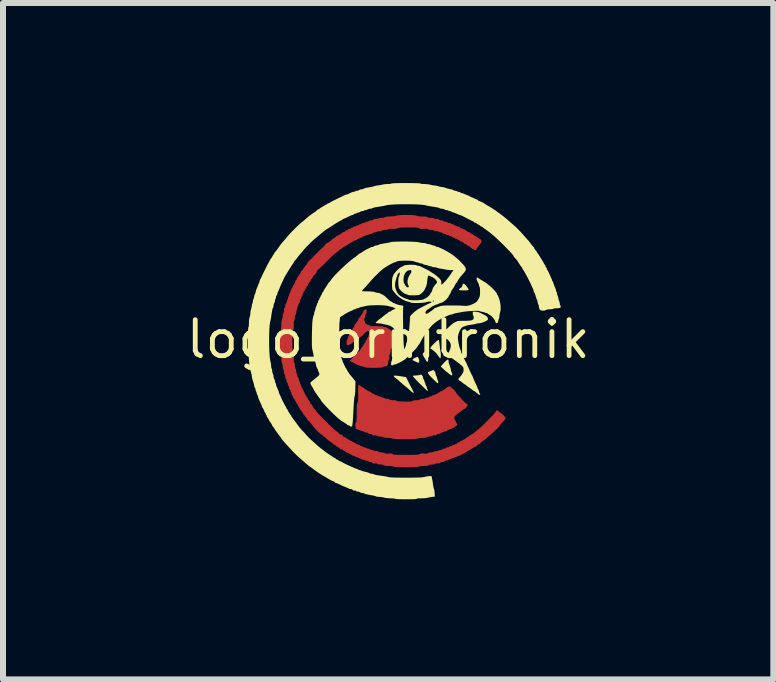
<source format=kicad_pcb>
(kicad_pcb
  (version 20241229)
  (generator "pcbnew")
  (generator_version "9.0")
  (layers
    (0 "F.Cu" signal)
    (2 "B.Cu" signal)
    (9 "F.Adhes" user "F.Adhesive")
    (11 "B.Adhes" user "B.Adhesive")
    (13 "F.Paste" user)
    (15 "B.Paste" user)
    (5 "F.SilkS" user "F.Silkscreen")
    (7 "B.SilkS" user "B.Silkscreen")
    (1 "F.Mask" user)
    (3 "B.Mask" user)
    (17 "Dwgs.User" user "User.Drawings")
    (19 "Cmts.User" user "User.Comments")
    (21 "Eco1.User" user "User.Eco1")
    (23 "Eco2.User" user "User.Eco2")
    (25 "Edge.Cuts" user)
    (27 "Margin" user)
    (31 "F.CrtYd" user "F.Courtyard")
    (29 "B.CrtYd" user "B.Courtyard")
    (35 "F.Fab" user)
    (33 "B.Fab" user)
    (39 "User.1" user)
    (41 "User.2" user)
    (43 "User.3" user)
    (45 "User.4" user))
  (footprint "logo_ornitronik"
    (layer "F.Cu")
    (at 3.417 2.602)
    (property "Reference" "logo_ornitronik" (at 0 0 0) (layer "F.SilkS") (effects (font (size 0.6 0.6) (thickness 0.08))))
    (attr board_only exclude_from_pos_files exclude_from_bom)
    (fp_poly (pts (xy -0.363 -0.493) (xy -0.359 -0.476) (xy -0.359 -0.455) (xy -0.363 -0.434) (xy -0.373 -0.419) (xy -0.376 -0.416) (xy -0.384 -0.403) (xy -0.383 -0.387) (xy -0.383 -0.365) (xy -0.39 -0.355) (xy -0.401 -0.339) (xy -0.402 -0.322) (xy -0.395 -0.31) (xy -0.388 -0.299) (xy -0.387 -0.287) (xy -0.38 -0.266) (xy -0.362 -0.25) (xy -0.338 -0.242) (xy -0.335 -0.242) (xy -0.316 -0.237) (xy -0.306 -0.23) (xy -0.298 -0.224) (xy -0.284 -0.221) (xy -0.26 -0.219) (xy -0.225 -0.218) (xy -0.193 -0.218) (xy -0.151 -0.217) (xy -0.117 -0.215) (xy -0.094 -0.213) (xy -0.085 -0.209) (xy -0.074 -0.204) (xy -0.054 -0.201) (xy -0.053 -0.201) (xy -0.031 -0.198) (xy -0.016 -0.19) (xy -0.016 -0.189) (xy -0.003 -0.179) (xy 0.005 -0.177) (xy 0.018 -0.171) (xy 0.022 -0.167) (xy 0.035 -0.155) (xy 0.042 -0.151) (xy 0.057 -0.139) (xy 0.062 -0.131) (xy 0.07 -0.117) (xy 0.074 -0.112) (xy 0.078 -0.103) (xy 0.081 -0.081) (xy 0.083 -0.051) (xy 0.084 -0.038) (xy 0.085 -0.000317) (xy 0.084 0.024) (xy 0.08 0.039) (xy 0.076 0.044) (xy 0.068 0.061) (xy 0.065 0.092) (xy 0.064 0.103) (xy 0.063 0.133) (xy 0.059 0.15) (xy 0.052 0.156) (xy 0.044 0.167) (xy 0.04 0.191) (xy 0.04 0.197) (xy 0.037 0.225) (xy 0.03 0.248) (xy 0.027 0.254) (xy 0.019 0.276) (xy 0.02 0.305) (xy 0.02 0.306) (xy 0.022 0.328) (xy 0.019 0.339) (xy 0.013 0.343) (xy 0.004 0.352) (xy 0.001 0.372) (xy 0 0.389) (xy -0.004 0.421) (xy -0.015 0.441) (xy -0.037 0.45) (xy -0.05 0.451) (xy -0.071 0.455) (xy -0.083 0.463) (xy -0.096 0.468) (xy -0.122 0.472) (xy -0.157 0.474) (xy -0.199 0.476) (xy -0.244 0.476) (xy -0.288 0.476) (xy -0.329 0.474) (xy -0.364 0.471) (xy -0.388 0.467) (xy -0.398 0.463) (xy -0.418 0.454) (xy -0.44 0.451) (xy -0.461 0.447) (xy -0.476 0.438) (xy -0.491 0.43) (xy -0.501 0.43) (xy -0.516 0.428) (xy -0.521 0.422) (xy -0.532 0.413) (xy -0.544 0.411) (xy -0.56 0.406) (xy -0.567 0.399) (xy -0.578 0.389) (xy -0.587 0.387) (xy -0.605 0.381) (xy -0.613 0.374) (xy -0.626 0.366) (xy -0.634 0.366) (xy -0.643 0.368) (xy -0.641 0.36) (xy -0.626 0.343) (xy -0.622 0.34) (xy -0.604 0.321) (xy -0.581 0.296) (xy -0.567 0.281) (xy -0.541 0.254) (xy -0.512 0.226) (xy -0.499 0.213) (xy -0.476 0.19) (xy -0.457 0.165) (xy -0.449 0.151) (xy -0.438 0.132) (xy -0.429 0.122) (xy -0.427 0.121) (xy -0.42 0.114) (xy -0.412 0.097) (xy -0.411 0.093) (xy -0.4 0.071) (xy -0.387 0.057) (xy -0.386 0.056) (xy -0.374 0.043) (xy -0.375 0.032) (xy -0.375 0.019) (xy -0.367 0.016) (xy -0.357 0.009) (xy -0.354 -0.003) (xy -0.35 -0.02) (xy -0.342 -0.027) (xy -0.332 -0.038) (xy -0.33 -0.048) (xy -0.326 -0.068) (xy -0.318 -0.083) (xy -0.31 -0.105) (xy -0.313 -0.124) (xy -0.327 -0.135) (xy -0.336 -0.137) (xy -0.352 -0.132) (xy -0.373 -0.117) (xy -0.402 -0.09) (xy -0.407 -0.085) (xy -0.431 -0.061) (xy -0.452 -0.043) (xy -0.466 -0.033) (xy -0.47 -0.032) (xy -0.482 -0.027) (xy -0.5 -0.013) (xy -0.513 -0.001) (xy -0.536 0.019) (xy -0.56 0.035) (xy -0.57 0.041) (xy -0.587 0.05) (xy -0.596 0.057) (xy -0.596 0.058) (xy -0.603 0.067) (xy -0.62 0.078) (xy -0.641 0.088) (xy -0.662 0.095) (xy -0.672 0.097) (xy -0.684 0.096) (xy -0.69 0.09) (xy -0.692 0.075) (xy -0.693 0.053) (xy -0.69 0.02) (xy -0.682 0.001) (xy -0.681 0) (xy -0.671 -0.016) (xy -0.669 -0.029) (xy -0.666 -0.044) (xy -0.661 -0.048) (xy -0.655 -0.055) (xy -0.653 -0.068) (xy -0.648 -0.085) (xy -0.64 -0.089) (xy -0.631 -0.095) (xy -0.628 -0.104) (xy -0.625 -0.12) (xy -0.62 -0.125) (xy -0.612 -0.135) (xy -0.602 -0.154) (xy -0.596 -0.166) (xy -0.585 -0.186) (xy -0.575 -0.199) (xy -0.572 -0.201) (xy -0.566 -0.208) (xy -0.564 -0.22) (xy -0.558 -0.238) (xy -0.545 -0.257) (xy -0.544 -0.258) (xy -0.53 -0.274) (xy -0.524 -0.287) (xy -0.524 -0.288) (xy -0.517 -0.3) (xy -0.512 -0.303) (xy -0.502 -0.314) (xy -0.499 -0.327) (xy -0.493 -0.345) (xy -0.479 -0.361) (xy -0.465 -0.375) (xy -0.459 -0.385) (xy -0.459 -0.385) (xy -0.454 -0.396) (xy -0.442 -0.413) (xy -0.439 -0.416) (xy -0.426 -0.434) (xy -0.419 -0.451) (xy -0.419 -0.453) (xy -0.413 -0.469) (xy -0.398 -0.486) (xy -0.38 -0.498) (xy -0.373 -0.499)) (stroke (width 0) (type solid)) (fill yes) (layer "F.Cu"))
    (fp_poly (pts (xy -0.484 0.763) (xy -0.467 0.774) (xy -0.463 0.777) (xy -0.445 0.79) (xy -0.432 0.797) (xy -0.43 0.798) (xy -0.419 0.803) (xy -0.402 0.815) (xy -0.395 0.822) (xy -0.378 0.835) (xy -0.365 0.842) (xy -0.362 0.842) (xy -0.353 0.844) (xy -0.343 0.855) (xy -0.329 0.867) (xy -0.318 0.867) (xy -0.305 0.869) (xy -0.301 0.874) (xy -0.291 0.885) (xy -0.286 0.886) (xy -0.273 0.892) (xy -0.266 0.898) (xy -0.252 0.908) (xy -0.244 0.91) (xy -0.229 0.916) (xy -0.22 0.922) (xy -0.203 0.932) (xy -0.193 0.934) (xy -0.178 0.938) (xy -0.173 0.943) (xy -0.162 0.949) (xy -0.149 0.951) (xy -0.132 0.954) (xy -0.125 0.959) (xy -0.114 0.965) (xy -0.099 0.967) (xy -0.078 0.972) (xy -0.059 0.982) (xy -0.035 0.994) (xy -0.014 0.993) (xy 0.006 0.992) (xy 0.017 1.001) (xy 0.018 1.002) (xy 0.026 1.009) (xy 0.042 1.013) (xy 0.069 1.015) (xy 0.08 1.015) (xy 0.115 1.017) (xy 0.135 1.021) (xy 0.139 1.025) (xy 0.145 1.029) (xy 0.163 1.033) (xy 0.192 1.035) (xy 0.236 1.037) (xy 0.267 1.038) (xy 0.316 1.039) (xy 0.352 1.038) (xy 0.376 1.037) (xy 0.392 1.035) (xy 0.401 1.031) (xy 0.405 1.028) (xy 0.421 1.02) (xy 0.448 1.016) (xy 0.47 1.015) (xy 0.503 1.014) (xy 0.523 1.009) (xy 0.532 1.002) (xy 0.549 0.993) (xy 0.569 0.993) (xy 0.599 0.991) (xy 0.613 0.984) (xy 0.633 0.975) (xy 0.649 0.973) (xy 0.669 0.97) (xy 0.679 0.963) (xy 0.697 0.953) (xy 0.712 0.951) (xy 0.729 0.947) (xy 0.733 0.939) (xy 0.738 0.931) (xy 0.745 0.932) (xy 0.76 0.931) (xy 0.777 0.923) (xy 0.796 0.914) (xy 0.809 0.91) (xy 0.82 0.906) (xy 0.822 0.902) (xy 0.829 0.895) (xy 0.842 0.889) (xy 0.857 0.882) (xy 0.862 0.874) (xy 0.868 0.867) (xy 0.878 0.868) (xy 0.894 0.866) (xy 0.899 0.859) (xy 0.91 0.848) (xy 0.918 0.846) (xy 0.932 0.84) (xy 0.95 0.827) (xy 0.955 0.822) (xy 0.973 0.807) (xy 0.989 0.798) (xy 0.993 0.798) (xy 1.005 0.794) (xy 1.007 0.789) (xy 1.012 0.781) (xy 1.026 0.786) (xy 1.05 0.802) (xy 1.079 0.827) (xy 1.101 0.849) (xy 1.119 0.868) (xy 1.127 0.88) (xy 1.128 0.881) (xy 1.133 0.892) (xy 1.148 0.911) (xy 1.169 0.936) (xy 1.195 0.965) (xy 1.223 0.996) (xy 1.25 1.025) (xy 1.276 1.05) (xy 1.296 1.069) (xy 1.309 1.079) (xy 1.312 1.079) (xy 1.323 1.085) (xy 1.325 1.099) (xy 1.319 1.115) (xy 1.314 1.121) (xy 1.301 1.134) (xy 1.297 1.143) (xy 1.29 1.151) (xy 1.273 1.161) (xy 1.268 1.164) (xy 1.243 1.177) (xy 1.223 1.193) (xy 1.221 1.194) (xy 1.201 1.212) (xy 1.183 1.223) (xy 1.165 1.235) (xy 1.143 1.253) (xy 1.13 1.264) (xy 1.111 1.284) (xy 1.102 1.299) (xy 1.101 1.315) (xy 1.102 1.321) (xy 1.108 1.34) (xy 1.116 1.351) (xy 1.117 1.351) (xy 1.126 1.361) (xy 1.128 1.371) (xy 1.134 1.39) (xy 1.14 1.397) (xy 1.15 1.412) (xy 1.148 1.43) (xy 1.138 1.445) (xy 1.123 1.45) (xy 1.107 1.454) (xy 1.104 1.462) (xy 1.097 1.472) (xy 1.084 1.474) (xy 1.068 1.479) (xy 1.061 1.486) (xy 1.051 1.494) (xy 1.045 1.494) (xy 1.031 1.496) (xy 1.023 1.502) (xy 1.007 1.513) (xy 0.998 1.514) (xy 0.983 1.52) (xy 0.978 1.526) (xy 0.968 1.534) (xy 0.962 1.533) (xy 0.947 1.534) (xy 0.931 1.542) (xy 0.91 1.551) (xy 0.894 1.555) (xy 0.879 1.56) (xy 0.873 1.567) (xy 0.861 1.576) (xy 0.837 1.579) (xy 0.815 1.581) (xy 0.806 1.587) (xy 0.806 1.592) (xy 0.802 1.6) (xy 0.79 1.602) (xy 0.779 1.6) (xy 0.755 1.599) (xy 0.741 1.607) (xy 0.725 1.616) (xy 0.695 1.619) (xy 0.693 1.619) (xy 0.664 1.622) (xy 0.646 1.63) (xy 0.645 1.631) (xy 0.632 1.638) (xy 0.608 1.642) (xy 0.58 1.642) (xy 0.547 1.644) (xy 0.52 1.648) (xy 0.506 1.653) (xy 0.492 1.656) (xy 0.464 1.659) (xy 0.425 1.662) (xy 0.379 1.663) (xy 0.328 1.665) (xy 0.275 1.665) (xy 0.223 1.665) (xy 0.174 1.664) (xy 0.131 1.662) (xy 0.098 1.659) (xy 0.077 1.656) (xy 0.071 1.655) (xy 0.054 1.649) (xy 0.026 1.645) (xy -0.007 1.643) (xy -0.008 1.643) (xy -0.05 1.641) (xy -0.077 1.635) (xy -0.084 1.631) (xy -0.103 1.624) (xy -0.13 1.62) (xy -0.142 1.619) (xy -0.169 1.617) (xy -0.185 1.612) (xy -0.187 1.609) (xy -0.197 1.603) (xy -0.222 1.602) (xy -0.228 1.602) (xy -0.252 1.602) (xy -0.263 1.599) (xy -0.266 1.592) (xy -0.271 1.583) (xy -0.287 1.579) (xy -0.297 1.579) (xy -0.322 1.576) (xy -0.333 1.567) (xy -0.344 1.558) (xy -0.363 1.555) (xy -0.385 1.551) (xy -0.4 1.543) (xy -0.417 1.533) (xy -0.431 1.531) (xy -0.448 1.528) (xy -0.455 1.523) (xy -0.466 1.516) (xy -0.478 1.514) (xy -0.497 1.51) (xy -0.506 1.505) (xy -0.523 1.496) (xy -0.53 1.494) (xy -0.539 1.487) (xy -0.544 1.469) (xy -0.547 1.445) (xy -0.547 1.419) (xy -0.543 1.398) (xy -0.536 1.386) (xy -0.532 1.38) (xy -0.528 1.369) (xy -0.526 1.35) (xy -0.525 1.322) (xy -0.524 1.282) (xy -0.524 1.229) (xy -0.523 1.173) (xy -0.522 1.132) (xy -0.521 1.101) (xy -0.518 1.08) (xy -0.514 1.064) (xy -0.511 1.056) (xy -0.506 1.043) (xy -0.502 1.027) (xy -0.5 1.004) (xy -0.5 0.973) (xy -0.5 0.929) (xy -0.501 0.896) (xy -0.501 0.839) (xy -0.501 0.797) (xy -0.499 0.771) (xy -0.495 0.76) (xy -0.495 0.76)) (stroke (width 0) (type solid)) (fill yes) (layer "F.Cu"))
    (fp_poly (pts (xy 0.331 -2.071) (xy 0.378 -2.07) (xy 0.42 -2.067) (xy 0.453 -2.063) (xy 0.471 -2.058) (xy 0.502 -2.05) (xy 0.548 -2.046) (xy 0.572 -2.045) (xy 0.61 -2.045) (xy 0.635 -2.042) (xy 0.649 -2.037) (xy 0.653 -2.034) (xy 0.669 -2.026) (xy 0.701 -2.022) (xy 0.709 -2.022) (xy 0.736 -2.021) (xy 0.755 -2.017) (xy 0.761 -2.014) (xy 0.772 -2.009) (xy 0.792 -2.006) (xy 0.805 -2.006) (xy 0.833 -2.004) (xy 0.847 -1.997) (xy 0.849 -1.994) (xy 0.861 -1.985) (xy 0.885 -1.982) (xy 0.91 -1.978) (xy 0.921 -1.969) (xy 0.933 -1.96) (xy 0.949 -1.959) (xy 0.973 -1.955) (xy 0.986 -1.947) (xy 1.006 -1.936) (xy 1.019 -1.937) (xy 1.036 -1.936) (xy 1.042 -1.929) (xy 1.053 -1.92) (xy 1.066 -1.917) (xy 1.085 -1.913) (xy 1.096 -1.905) (xy 1.112 -1.895) (xy 1.121 -1.893) (xy 1.14 -1.888) (xy 1.148 -1.882) (xy 1.165 -1.874) (xy 1.176 -1.875) (xy 1.189 -1.874) (xy 1.192 -1.866) (xy 1.199 -1.855) (xy 1.209 -1.853) (xy 1.229 -1.847) (xy 1.237 -1.841) (xy 1.252 -1.833) (xy 1.26 -1.834) (xy 1.272 -1.831) (xy 1.276 -1.825) (xy 1.287 -1.815) (xy 1.296 -1.813) (xy 1.311 -1.807) (xy 1.316 -1.8) (xy 1.327 -1.79) (xy 1.334 -1.788) (xy 1.348 -1.784) (xy 1.367 -1.772) (xy 1.373 -1.768) (xy 1.393 -1.755) (xy 1.409 -1.748) (xy 1.413 -1.748) (xy 1.424 -1.742) (xy 1.426 -1.736) (xy 1.433 -1.726) (xy 1.442 -1.724) (xy 1.459 -1.718) (xy 1.477 -1.705) (xy 1.478 -1.705) (xy 1.5 -1.687) (xy 1.521 -1.675) (xy 1.546 -1.66) (xy 1.556 -1.642) (xy 1.552 -1.618) (xy 1.548 -1.61) (xy 1.533 -1.586) (xy 1.513 -1.562) (xy 1.51 -1.558) (xy 1.491 -1.536) (xy 1.477 -1.512) (xy 1.475 -1.508) (xy 1.462 -1.488) (xy 1.449 -1.482) (xy 1.437 -1.485) (xy 1.434 -1.489) (xy 1.427 -1.496) (xy 1.41 -1.505) (xy 1.402 -1.509) (xy 1.382 -1.521) (xy 1.371 -1.532) (xy 1.369 -1.535) (xy 1.363 -1.544) (xy 1.353 -1.547) (xy 1.336 -1.552) (xy 1.318 -1.565) (xy 1.316 -1.567) (xy 1.298 -1.581) (xy 1.282 -1.587) (xy 1.281 -1.587) (xy 1.268 -1.591) (xy 1.265 -1.597) (xy 1.258 -1.607) (xy 1.242 -1.618) (xy 1.223 -1.625) (xy 1.212 -1.627) (xy 1.201 -1.634) (xy 1.197 -1.639) (xy 1.186 -1.649) (xy 1.177 -1.651) (xy 1.162 -1.657) (xy 1.157 -1.664) (xy 1.146 -1.673) (xy 1.137 -1.672) (xy 1.122 -1.673) (xy 1.117 -1.679) (xy 1.106 -1.689) (xy 1.093 -1.692) (xy 1.076 -1.696) (xy 1.069 -1.704) (xy 1.058 -1.713) (xy 1.044 -1.716) (xy 1.025 -1.721) (xy 1.015 -1.728) (xy 0.998 -1.737) (xy 0.985 -1.736) (xy 0.971 -1.736) (xy 0.967 -1.744) (xy 0.961 -1.753) (xy 0.942 -1.756) (xy 0.938 -1.756) (xy 0.915 -1.76) (xy 0.905 -1.768) (xy 0.894 -1.777) (xy 0.874 -1.78) (xy 0.853 -1.784) (xy 0.837 -1.793) (xy 0.837 -1.793) (xy 0.822 -1.802) (xy 0.801 -1.801) (xy 0.777 -1.801) (xy 0.765 -1.808) (xy 0.749 -1.817) (xy 0.718 -1.821) (xy 0.715 -1.821) (xy 0.686 -1.823) (xy 0.666 -1.831) (xy 0.664 -1.833) (xy 0.653 -1.839) (xy 0.637 -1.841) (xy 0.61 -1.841) (xy 0.592 -1.839) (xy 0.559 -1.837) (xy 0.538 -1.838) (xy 0.525 -1.842) (xy 0.516 -1.849) (xy 0.509 -1.854) (xy 0.499 -1.857) (xy 0.485 -1.86) (xy 0.463 -1.861) (xy 0.431 -1.862) (xy 0.388 -1.862) (xy 0.333 -1.862) (xy 0.276 -1.862) (xy 0.233 -1.861) (xy 0.202 -1.86) (xy 0.18 -1.858) (xy 0.166 -1.855) (xy 0.157 -1.851) (xy 0.152 -1.848) (xy 0.141 -1.841) (xy 0.126 -1.838) (xy 0.102 -1.838) (xy 0.078 -1.839) (xy 0.043 -1.841) (xy 0.02 -1.84) (xy 0.006 -1.835) (xy 0.003 -1.833) (xy -0.014 -1.826) (xy -0.04 -1.821) (xy -0.053 -1.821) (xy -0.087 -1.818) (xy -0.105 -1.808) (xy -0.105 -1.808) (xy -0.121 -1.799) (xy -0.141 -1.8) (xy -0.169 -1.799) (xy -0.182 -1.793) (xy -0.201 -1.784) (xy -0.224 -1.781) (xy -0.245 -1.777) (xy -0.255 -1.768) (xy -0.266 -1.759) (xy -0.287 -1.756) (xy -0.308 -1.753) (xy -0.319 -1.746) (xy -0.319 -1.745) (xy -0.329 -1.738) (xy -0.342 -1.738) (xy -0.362 -1.735) (xy -0.373 -1.729) (xy -0.391 -1.719) (xy -0.406 -1.716) (xy -0.423 -1.712) (xy -0.427 -1.703) (xy -0.432 -1.693) (xy -0.443 -1.694) (xy -0.46 -1.692) (xy -0.468 -1.687) (xy -0.483 -1.677) (xy -0.491 -1.676) (xy -0.508 -1.67) (xy -0.516 -1.664) (xy -0.529 -1.653) (xy -0.535 -1.651) (xy -0.55 -1.648) (xy -0.571 -1.639) (xy -0.59 -1.628) (xy -0.6 -1.619) (xy -0.612 -1.612) (xy -0.62 -1.611) (xy -0.635 -1.605) (xy -0.639 -1.599) (xy -0.65 -1.588) (xy -0.657 -1.587) (xy -0.672 -1.581) (xy -0.688 -1.568) (xy -0.689 -1.567) (xy -0.706 -1.553) (xy -0.722 -1.547) (xy -0.723 -1.547) (xy -0.738 -1.541) (xy -0.755 -1.527) (xy -0.756 -1.526) (xy -0.772 -1.513) (xy -0.784 -1.506) (xy -0.785 -1.506) (xy -0.796 -1.501) (xy -0.813 -1.487) (xy -0.827 -1.474) (xy -0.846 -1.456) (xy -0.862 -1.445) (xy -0.868 -1.442) (xy -0.877 -1.436) (xy -0.895 -1.421) (xy -0.921 -1.397) (xy -0.952 -1.367) (xy -0.988 -1.332) (xy -1.007 -1.313) (xy -1.044 -1.276) (xy -1.077 -1.243) (xy -1.105 -1.216) (xy -1.125 -1.196) (xy -1.137 -1.186) (xy -1.139 -1.184) (xy -1.149 -1.178) (xy -1.163 -1.164) (xy -1.178 -1.146) (xy -1.189 -1.129) (xy -1.192 -1.12) (xy -1.198 -1.103) (xy -1.209 -1.088) (xy -1.221 -1.08) (xy -1.222 -1.079) (xy -1.232 -1.073) (xy -1.244 -1.058) (xy -1.254 -1.042) (xy -1.257 -1.031) (xy -1.262 -1.02) (xy -1.275 -1.005) (xy -1.277 -1.004) (xy -1.291 -0.986) (xy -1.297 -0.968) (xy -1.297 -0.968) (xy -1.302 -0.954) (xy -1.309 -0.951) (xy -1.32 -0.944) (xy -1.321 -0.939) (xy -1.326 -0.928) (xy -1.329 -0.926) (xy -1.335 -0.92) (xy -1.337 -0.906) (xy -1.341 -0.89) (xy -1.349 -0.886) (xy -1.359 -0.879) (xy -1.361 -0.867) (xy -1.366 -0.85) (xy -1.374 -0.843) (xy -1.384 -0.832) (xy -1.386 -0.823) (xy -1.391 -0.808) (xy -1.398 -0.803) (xy -1.408 -0.792) (xy -1.41 -0.782) (xy -1.413 -0.767) (xy -1.418 -0.761) (xy -1.424 -0.75) (xy -1.426 -0.737) (xy -1.431 -0.721) (xy -1.439 -0.714) (xy -1.448 -0.703) (xy -1.449 -0.695) (xy -1.452 -0.679) (xy -1.461 -0.666) (xy -1.472 -0.646) (xy -1.471 -0.632) (xy -1.47 -0.617) (xy -1.478 -0.612) (xy -1.488 -0.605) (xy -1.49 -0.589) (xy -1.495 -0.568) (xy -1.503 -0.555) (xy -1.512 -0.539) (xy -1.512 -0.526) (xy -1.514 -0.505) (xy -1.519 -0.493) (xy -1.527 -0.476) (xy -1.53 -0.452) (xy -1.53 -0.45) (xy -1.534 -0.428) (xy -1.541 -0.412) (xy -1.543 -0.411) (xy -1.551 -0.394) (xy -1.555 -0.363) (xy -1.555 -0.358) (xy -1.557 -0.33) (xy -1.562 -0.314) (xy -1.565 -0.312) (xy -1.57 -0.305) (xy -1.573 -0.285) (xy -1.573 -0.253) (xy -1.572 -0.24) (xy -1.572 -0.204) (xy -1.573 -0.181) (xy -1.578 -0.168) (xy -1.583 -0.161) (xy -1.587 -0.15) (xy -1.591 -0.125) (xy -1.593 -0.09) (xy -1.595 -0.046) (xy -1.596 0.002) (xy -1.596 0.052) (xy -1.596 0.102) (xy -1.594 0.149) (xy -1.592 0.189) (xy -1.588 0.221) (xy -1.584 0.241) (xy -1.582 0.246) (xy -1.575 0.262) (xy -1.572 0.287) (xy -1.572 0.32) (xy -1.572 0.357) (xy -1.568 0.381) (xy -1.565 0.388) (xy -1.559 0.401) (xy -1.555 0.424) (xy -1.555 0.44) (xy -1.552 0.473) (xy -1.543 0.491) (xy -1.542 0.492) (xy -1.533 0.508) (xy -1.534 0.519) (xy -1.533 0.538) (xy -1.526 0.559) (xy -1.518 0.584) (xy -1.514 0.605) (xy -1.511 0.624) (xy -1.502 0.633) (xy -1.493 0.645) (xy -1.49 0.666) (xy -1.487 0.687) (xy -1.479 0.698) (xy -1.471 0.708) (xy -1.472 0.714) (xy -1.471 0.728) (xy -1.462 0.746) (xy -1.461 0.747) (xy -1.452 0.767) (xy -1.449 0.783) (xy -1.449 0.783) (xy -1.445 0.798) (xy -1.438 0.802) (xy -1.429 0.813) (xy -1.426 0.827) (xy -1.422 0.842) (xy -1.415 0.846) (xy -1.407 0.852) (xy -1.407 0.861) (xy -1.405 0.877) (xy -1.398 0.886) (xy -1.388 0.902) (xy -1.386 0.912) (xy -1.38 0.927) (xy -1.374 0.932) (xy -1.363 0.943) (xy -1.361 0.952) (xy -1.356 0.967) (xy -1.349 0.972) (xy -1.339 0.983) (xy -1.337 0.991) (xy -1.332 1.006) (xy -1.319 1.024) (xy -1.317 1.026) (xy -1.304 1.045) (xy -1.297 1.062) (xy -1.297 1.064) (xy -1.293 1.077) (xy -1.288 1.079) (xy -1.275 1.086) (xy -1.263 1.102) (xy -1.257 1.12) (xy -1.257 1.121) (xy -1.251 1.135) (xy -1.237 1.151) (xy -1.235 1.153) (xy -1.215 1.174) (xy -1.2 1.196) (xy -1.19 1.21) (xy -1.17 1.233) (xy -1.142 1.264) (xy -1.108 1.299) (xy -1.07 1.338) (xy -1.03 1.377) (xy -0.991 1.417) (xy -0.953 1.453) (xy -0.918 1.485) (xy -0.89 1.51) (xy -0.869 1.527) (xy -0.86 1.533) (xy -0.841 1.545) (xy -0.831 1.556) (xy -0.83 1.559) (xy -0.823 1.57) (xy -0.818 1.571) (xy -0.807 1.575) (xy -0.806 1.579) (xy -0.799 1.586) (xy -0.791 1.587) (xy -0.773 1.592) (xy -0.757 1.604) (xy -0.749 1.617) (xy -0.749 1.618) (xy -0.742 1.627) (xy -0.725 1.629) (xy -0.723 1.628) (xy -0.714 1.633) (xy -0.699 1.645) (xy -0.692 1.651) (xy -0.675 1.665) (xy -0.661 1.671) (xy -0.659 1.67) (xy -0.649 1.673) (xy -0.64 1.682) (xy -0.626 1.694) (xy -0.616 1.695) (xy -0.604 1.697) (xy -0.599 1.703) (xy -0.588 1.713) (xy -0.576 1.716) (xy -0.56 1.721) (xy -0.553 1.728) (xy -0.542 1.739) (xy -0.535 1.74) (xy -0.519 1.745) (xy -0.511 1.752) (xy -0.496 1.759) (xy -0.487 1.759) (xy -0.475 1.761) (xy -0.47 1.767) (xy -0.459 1.778) (xy -0.447 1.78) (xy -0.428 1.785) (xy -0.419 1.792) (xy -0.404 1.801) (xy -0.386 1.805) (xy -0.369 1.807) (xy -0.363 1.813) (xy -0.356 1.818) (xy -0.339 1.821) (xy -0.319 1.825) (xy -0.306 1.833) (xy -0.292 1.841) (xy -0.27 1.845) (xy -0.269 1.845) (xy -0.251 1.847) (xy -0.242 1.852) (xy -0.242 1.853) (xy -0.234 1.858) (xy -0.216 1.861) (xy -0.206 1.861) (xy -0.179 1.864) (xy -0.162 1.872) (xy -0.161 1.873) (xy -0.145 1.882) (xy -0.115 1.885) (xy -0.111 1.885) (xy -0.081 1.888) (xy -0.061 1.895) (xy -0.059 1.897) (xy -0.049 1.904) (xy -0.031 1.906) (xy -0.003 1.905) (xy 0.007 1.904) (xy 0.038 1.902) (xy 0.057 1.903) (xy 0.07 1.908) (xy 0.075 1.913) (xy 0.08 1.917) (xy 0.089 1.92) (xy 0.104 1.922) (xy 0.125 1.924) (xy 0.155 1.925) (xy 0.197 1.926) (xy 0.251 1.926) (xy 0.297 1.926) (xy 0.362 1.926) (xy 0.413 1.926) (xy 0.451 1.925) (xy 0.48 1.924) (xy 0.5 1.922) (xy 0.514 1.919) (xy 0.523 1.915) (xy 0.528 1.913) (xy 0.543 1.905) (xy 0.563 1.902) (xy 0.593 1.904) (xy 0.6 1.904) (xy 0.63 1.906) (xy 0.65 1.905) (xy 0.661 1.899) (xy 0.663 1.897) (xy 0.681 1.889) (xy 0.711 1.885) (xy 0.715 1.885) (xy 0.747 1.882) (xy 0.765 1.873) (xy 0.766 1.873) (xy 0.783 1.864) (xy 0.797 1.865) (xy 0.822 1.864) (xy 0.834 1.857) (xy 0.854 1.848) (xy 0.875 1.845) (xy 0.895 1.841) (xy 0.905 1.833) (xy 0.917 1.824) (xy 0.938 1.821) (xy 0.959 1.818) (xy 0.967 1.81) (xy 0.967 1.808) (xy 0.971 1.8) (xy 0.986 1.801) (xy 1.008 1.799) (xy 1.017 1.793) (xy 1.035 1.783) (xy 1.051 1.78) (xy 1.068 1.776) (xy 1.071 1.767) (xy 1.076 1.758) (xy 1.088 1.759) (xy 1.106 1.757) (xy 1.115 1.751) (xy 1.131 1.742) (xy 1.14 1.74) (xy 1.154 1.734) (xy 1.157 1.728) (xy 1.168 1.719) (xy 1.181 1.716) (xy 1.197 1.712) (xy 1.2 1.704) (xy 1.207 1.694) (xy 1.22 1.692) (xy 1.236 1.689) (xy 1.241 1.685) (xy 1.247 1.677) (xy 1.26 1.673) (xy 1.279 1.663) (xy 1.298 1.648) (xy 1.298 1.648) (xy 1.314 1.634) (xy 1.327 1.627) (xy 1.328 1.627) (xy 1.34 1.622) (xy 1.355 1.608) (xy 1.357 1.607) (xy 1.373 1.593) (xy 1.387 1.587) (xy 1.387 1.587) (xy 1.401 1.582) (xy 1.418 1.569) (xy 1.421 1.567) (xy 1.437 1.554) (xy 1.449 1.547) (xy 1.45 1.547) (xy 1.457 1.54) (xy 1.458 1.535) (xy 1.465 1.525) (xy 1.474 1.523) (xy 1.484 1.517) (xy 1.503 1.501) (xy 1.53 1.478) (xy 1.562 1.448) (xy 1.598 1.414) (xy 1.635 1.377) (xy 1.672 1.339) (xy 1.707 1.303) (xy 1.738 1.27) (xy 1.764 1.242) (xy 1.782 1.22) (xy 1.79 1.207) (xy 1.79 1.207) (xy 1.799 1.193) (xy 1.812 1.185) (xy 1.823 1.183) (xy 1.829 1.191) (xy 1.829 1.191) (xy 1.835 1.198) (xy 1.851 1.212) (xy 1.875 1.229) (xy 1.881 1.233) (xy 1.906 1.251) (xy 1.924 1.267) (xy 1.933 1.278) (xy 1.933 1.279) (xy 1.94 1.291) (xy 1.945 1.294) (xy 1.956 1.305) (xy 1.954 1.323) (xy 1.94 1.347) (xy 1.923 1.365) (xy 1.891 1.398) (xy 1.868 1.425) (xy 1.855 1.443) (xy 1.853 1.449) (xy 1.847 1.457) (xy 1.832 1.473) (xy 1.81 1.495) (xy 1.783 1.52) (xy 1.755 1.547) (xy 1.727 1.572) (xy 1.702 1.593) (xy 1.688 1.604) (xy 1.667 1.622) (xy 1.643 1.644) (xy 1.633 1.653) (xy 1.616 1.67) (xy 1.603 1.681) (xy 1.598 1.684) (xy 1.587 1.688) (xy 1.57 1.7) (xy 1.551 1.715) (xy 1.537 1.729) (xy 1.531 1.738) (xy 1.524 1.746) (xy 1.515 1.748) (xy 1.5 1.754) (xy 1.481 1.767) (xy 1.475 1.773) (xy 1.459 1.787) (xy 1.446 1.794) (xy 1.444 1.793) (xy 1.434 1.796) (xy 1.419 1.806) (xy 1.416 1.809) (xy 1.398 1.822) (xy 1.383 1.829) (xy 1.382 1.829) (xy 1.368 1.835) (xy 1.364 1.841) (xy 1.353 1.851) (xy 1.345 1.853) (xy 1.328 1.859) (xy 1.321 1.865) (xy 1.307 1.875) (xy 1.3 1.877) (xy 1.29 1.882) (xy 1.289 1.885) (xy 1.282 1.892) (xy 1.278 1.893) (xy 1.264 1.899) (xy 1.257 1.905) (xy 1.241 1.916) (xy 1.231 1.917) (xy 1.216 1.923) (xy 1.211 1.929) (xy 1.201 1.938) (xy 1.184 1.941) (xy 1.164 1.946) (xy 1.152 1.954) (xy 1.136 1.962) (xy 1.127 1.961) (xy 1.112 1.962) (xy 1.107 1.969) (xy 1.095 1.979) (xy 1.079 1.982) (xy 1.062 1.984) (xy 1.055 1.99) (xy 1.048 1.996) (xy 1.036 1.998) (xy 1.015 2.003) (xy 1.004 2.01) (xy 0.988 2.019) (xy 0.967 2.022) (xy 0.947 2.026) (xy 0.937 2.034) (xy 0.926 2.043) (xy 0.902 2.046) (xy 0.877 2.05) (xy 0.867 2.059) (xy 0.859 2.067) (xy 0.84 2.069) (xy 0.824 2.069) (xy 0.798 2.07) (xy 0.784 2.075) (xy 0.783 2.077) (xy 0.773 2.083) (xy 0.75 2.086) (xy 0.733 2.086) (xy 0.699 2.089) (xy 0.68 2.096) (xy 0.677 2.099) (xy 0.666 2.105) (xy 0.645 2.109) (xy 0.611 2.111) (xy 0.603 2.111) (xy 0.568 2.112) (xy 0.536 2.116) (xy 0.514 2.121) (xy 0.513 2.122) (xy 0.496 2.125) (xy 0.466 2.128) (xy 0.426 2.131) (xy 0.379 2.132) (xy 0.327 2.133) (xy 0.274 2.133) (xy 0.223 2.132) (xy 0.176 2.131) (xy 0.136 2.129) (xy 0.106 2.126) (xy 0.089 2.122) (xy 0.087 2.122) (xy 0.069 2.116) (xy 0.04 2.112) (xy 0.005 2.111) (xy 0.004 2.111) (xy -0.039 2.109) (xy -0.067 2.103) (xy -0.076 2.098) (xy -0.094 2.091) (xy -0.122 2.087) (xy -0.134 2.086) (xy -0.16 2.085) (xy -0.176 2.08) (xy -0.179 2.077) (xy -0.189 2.071) (xy -0.213 2.069) (xy -0.224 2.069) (xy -0.249 2.069) (xy -0.262 2.066) (xy -0.266 2.059) (xy -0.266 2.059) (xy -0.271 2.05) (xy -0.288 2.046) (xy -0.297 2.046) (xy -0.322 2.043) (xy -0.333 2.034) (xy -0.345 2.025) (xy -0.366 2.022) (xy -0.385 2.02) (xy -0.394 2.015) (xy -0.395 2.014) (xy -0.402 2.008) (xy -0.418 2.006) (xy -0.438 2.002) (xy -0.451 1.994) (xy -0.467 1.984) (xy -0.479 1.982) (xy -0.498 1.977) (xy -0.507 1.97) (xy -0.52 1.962) (xy -0.527 1.962) (xy -0.54 1.96) (xy -0.547 1.954) (xy -0.563 1.945) (xy -0.58 1.941) (xy -0.598 1.938) (xy -0.607 1.929) (xy -0.618 1.919) (xy -0.628 1.917) (xy -0.644 1.912) (xy -0.65 1.905) (xy -0.66 1.896) (xy -0.674 1.893) (xy -0.688 1.891) (xy -0.693 1.886) (xy -0.699 1.879) (xy -0.716 1.868) (xy -0.723 1.864) (xy -0.745 1.852) (xy -0.761 1.841) (xy -0.763 1.839) (xy -0.778 1.833) (xy -0.786 1.834) (xy -0.796 1.833) (xy -0.798 1.827) (xy -0.804 1.818) (xy -0.821 1.806) (xy -0.83 1.802) (xy -0.849 1.792) (xy -0.861 1.783) (xy -0.862 1.78) (xy -0.869 1.773) (xy -0.886 1.763) (xy -0.894 1.759) (xy -0.914 1.749) (xy -0.925 1.738) (xy -0.926 1.735) (xy -0.933 1.725) (xy -0.939 1.724) (xy -0.949 1.72) (xy -0.951 1.717) (xy -0.957 1.709) (xy -0.972 1.699) (xy -0.973 1.699) (xy -0.993 1.686) (xy -1.015 1.667) (xy -1.019 1.664) (xy -1.041 1.643) (xy -1.066 1.622) (xy -1.091 1.602) (xy -1.111 1.587) (xy -1.123 1.58) (xy -1.136 1.571) (xy -1.157 1.552) (xy -1.182 1.528) (xy -1.207 1.502) (xy -1.229 1.476) (xy -1.239 1.462) (xy -1.259 1.436) (xy -1.28 1.411) (xy -1.291 1.398) (xy -1.305 1.382) (xy -1.313 1.37) (xy -1.313 1.368) (xy -1.319 1.362) (xy -1.322 1.361) (xy -1.336 1.355) (xy -1.349 1.34) (xy -1.353 1.326) (xy -1.359 1.314) (xy -1.372 1.296) (xy -1.386 1.281) (xy -1.403 1.261) (xy -1.415 1.244) (xy -1.418 1.237) (xy -1.423 1.224) (xy -1.436 1.207) (xy -1.44 1.203) (xy -1.459 1.18) (xy -1.473 1.156) (xy -1.474 1.154) (xy -1.482 1.137) (xy -1.49 1.128) (xy -1.491 1.128) (xy -1.497 1.121) (xy -1.498 1.111) (xy -1.504 1.096) (xy -1.51 1.09) (xy -1.521 1.08) (xy -1.523 1.073) (xy -1.527 1.059) (xy -1.539 1.04) (xy -1.543 1.034) (xy -1.555 1.015) (xy -1.562 0.999) (xy -1.563 0.996) (xy -1.569 0.983) (xy -1.574 0.98) (xy -1.584 0.97) (xy -1.591 0.951) (xy -1.591 0.951) (xy -1.597 0.934) (xy -1.603 0.926) (xy -1.604 0.926) (xy -1.609 0.92) (xy -1.611 0.907) (xy -1.614 0.89) (xy -1.619 0.882) (xy -1.626 0.871) (xy -1.627 0.858) (xy -1.632 0.842) (xy -1.639 0.835) (xy -1.648 0.824) (xy -1.651 0.806) (xy -1.655 0.786) (xy -1.663 0.776) (xy -1.672 0.766) (xy -1.671 0.752) (xy -1.671 0.735) (xy -1.679 0.728) (xy -1.689 0.716) (xy -1.692 0.696) (xy -1.695 0.674) (xy -1.704 0.664) (xy -1.712 0.653) (xy -1.714 0.628) (xy -1.714 0.626) (xy -1.717 0.599) (xy -1.727 0.584) (xy -1.727 0.584) (xy -1.736 0.571) (xy -1.737 0.552) (xy -1.736 0.546) (xy -1.735 0.523) (xy -1.743 0.508) (xy -1.743 0.508) (xy -1.753 0.491) (xy -1.756 0.46) (xy -1.756 0.456) (xy -1.758 0.429) (xy -1.764 0.406) (xy -1.768 0.398) (xy -1.775 0.377) (xy -1.778 0.341) (xy -1.779 0.318) (xy -1.781 0.268) (xy -1.789 0.231) (xy -1.791 0.224) (xy -1.797 0.203) (xy -1.801 0.17) (xy -1.804 0.128) (xy -1.805 0.08) (xy -1.806 0.029) (xy -1.805 -0.021) (xy -1.803 -0.068) (xy -1.8 -0.108) (xy -1.796 -0.138) (xy -1.792 -0.154) (xy -1.783 -0.182) (xy -1.78 -0.223) (xy -1.78 -0.243) (xy -1.778 -0.288) (xy -1.772 -0.321) (xy -1.768 -0.331) (xy -1.761 -0.353) (xy -1.756 -0.382) (xy -1.756 -0.391) (xy -1.753 -0.421) (xy -1.744 -0.44) (xy -1.743 -0.441) (xy -1.735 -0.457) (xy -1.736 -0.481) (xy -1.737 -0.503) (xy -1.73 -0.517) (xy -1.727 -0.519) (xy -1.716 -0.537) (xy -1.714 -0.558) (xy -1.712 -0.581) (xy -1.704 -0.591) (xy -1.695 -0.602) (xy -1.692 -0.616) (xy -1.687 -0.639) (xy -1.679 -0.657) (xy -1.671 -0.674) (xy -1.67 -0.686) (xy -1.668 -0.7) (xy -1.661 -0.711) (xy -1.652 -0.73) (xy -1.649 -0.744) (xy -1.645 -0.761) (xy -1.638 -0.769) (xy -1.63 -0.779) (xy -1.627 -0.793) (xy -1.625 -0.809) (xy -1.619 -0.814) (xy -1.613 -0.821) (xy -1.611 -0.834) (xy -1.607 -0.851) (xy -1.599 -0.859) (xy -1.59 -0.87) (xy -1.587 -0.882) (xy -1.582 -0.898) (xy -1.575 -0.905) (xy -1.565 -0.916) (xy -1.563 -0.926) (xy -1.56 -0.939) (xy -1.555 -0.943) (xy -1.549 -0.949) (xy -1.547 -0.963) (xy -1.543 -0.979) (xy -1.535 -0.983) (xy -1.525 -0.99) (xy -1.523 -1.003) (xy -1.52 -1.018) (xy -1.515 -1.023) (xy -1.507 -1.03) (xy -1.497 -1.046) (xy -1.493 -1.053) (xy -1.482 -1.074) (xy -1.471 -1.088) (xy -1.469 -1.09) (xy -1.459 -1.103) (xy -1.458 -1.11) (xy -1.453 -1.128) (xy -1.441 -1.144) (xy -1.428 -1.152) (xy -1.427 -1.152) (xy -1.42 -1.159) (xy -1.418 -1.168) (xy -1.413 -1.184) (xy -1.406 -1.189) (xy -1.395 -1.197) (xy -1.394 -1.202) (xy -1.388 -1.212) (xy -1.376 -1.227) (xy -1.376 -1.227) (xy -1.359 -1.246) (xy -1.343 -1.27) (xy -1.342 -1.273) (xy -1.324 -1.301) (xy -1.309 -1.317) (xy -1.301 -1.321) (xy -1.294 -1.327) (xy -1.279 -1.341) (xy -1.262 -1.359) (xy -1.238 -1.386) (xy -1.207 -1.418) (xy -1.173 -1.452) (xy -1.139 -1.485) (xy -1.109 -1.513) (xy -1.086 -1.534) (xy -1.081 -1.539) (xy -1.065 -1.553) (xy -1.056 -1.563) (xy -1.055 -1.565) (xy -1.049 -1.578) (xy -1.031 -1.594) (xy -1.008 -1.609) (xy -0.999 -1.613) (xy -0.976 -1.627) (xy -0.951 -1.647) (xy -0.943 -1.655) (xy -0.925 -1.672) (xy -0.909 -1.682) (xy -0.904 -1.684) (xy -0.891 -1.69) (xy -0.877 -1.704) (xy -0.877 -1.704) (xy -0.862 -1.718) (xy -0.85 -1.724) (xy -0.85 -1.724) (xy -0.836 -1.728) (xy -0.815 -1.74) (xy -0.79 -1.755) (xy -0.768 -1.771) (xy -0.763 -1.776) (xy -0.746 -1.786) (xy -0.734 -1.788) (xy -0.719 -1.794) (xy -0.714 -1.8) (xy -0.703 -1.81) (xy -0.693 -1.813) (xy -0.677 -1.818) (xy -0.672 -1.825) (xy -0.661 -1.834) (xy -0.648 -1.837) (xy -0.633 -1.84) (xy -0.628 -1.845) (xy -0.622 -1.851) (xy -0.612 -1.853) (xy -0.596 -1.858) (xy -0.591 -1.865) (xy -0.58 -1.874) (xy -0.568 -1.877) (xy -0.551 -1.88) (xy -0.544 -1.885) (xy -0.533 -1.891) (xy -0.52 -1.893) (xy -0.501 -1.898) (xy -0.491 -1.905) (xy -0.476 -1.915) (xy -0.462 -1.917) (xy -0.445 -1.921) (xy -0.438 -1.928) (xy -0.428 -1.936) (xy -0.41 -1.939) (xy -0.409 -1.939) (xy -0.39 -1.941) (xy -0.381 -1.948) (xy -0.38 -1.948) (xy -0.371 -1.955) (xy -0.354 -1.958) (xy -0.333 -1.962) (xy -0.319 -1.97) (xy -0.303 -1.978) (xy -0.281 -1.982) (xy -0.279 -1.982) (xy -0.257 -1.985) (xy -0.247 -1.994) (xy -0.237 -2.002) (xy -0.215 -2.006) (xy -0.202 -2.006) (xy -0.179 -2.007) (xy -0.164 -2.011) (xy -0.161 -2.014) (xy -0.154 -2.018) (xy -0.135 -2.021) (xy -0.114 -2.022) (xy -0.081 -2.024) (xy -0.057 -2.031) (xy -0.052 -2.034) (xy -0.035 -2.041) (xy -0.007 -2.045) (xy 0.034 -2.046) (xy 0.08 -2.048) (xy 0.116 -2.053) (xy 0.134 -2.058) (xy 0.156 -2.064) (xy 0.19 -2.067) (xy 0.233 -2.07) (xy 0.281 -2.071)) (stroke (width 0) (type solid)) (fill yes) (layer "F.Cu"))
    (fp_poly (pts (xy -0.367 -0.493) (xy -0.362 -0.476) (xy -0.362 -0.455) (xy -0.367 -0.434) (xy -0.376 -0.419) (xy -0.38 -0.416) (xy -0.387 -0.402) (xy -0.386 -0.387) (xy -0.387 -0.364) (xy -0.394 -0.355) (xy -0.404 -0.339) (xy -0.405 -0.322) (xy -0.398 -0.31) (xy -0.392 -0.299) (xy -0.39 -0.287) (xy -0.383 -0.266) (xy -0.365 -0.25) (xy -0.342 -0.242) (xy -0.339 -0.242) (xy -0.319 -0.237) (xy -0.309 -0.229) (xy -0.302 -0.224) (xy -0.287 -0.221) (xy -0.264 -0.219) (xy -0.228 -0.218) (xy -0.196 -0.217) (xy -0.154 -0.217) (xy -0.12 -0.215) (xy -0.097 -0.212) (xy -0.088 -0.209) (xy -0.077 -0.204) (xy -0.058 -0.201) (xy -0.056 -0.201) (xy -0.035 -0.198) (xy -0.02 -0.19) (xy -0.019 -0.189) (xy -0.006 -0.179) (xy 0.001 -0.177) (xy 0.015 -0.171) (xy 0.018 -0.166) (xy 0.031 -0.155) (xy 0.039 -0.15) (xy 0.054 -0.139) (xy 0.059 -0.131) (xy 0.066 -0.117) (xy 0.071 -0.112) (xy 0.074 -0.102) (xy 0.077 -0.081) (xy 0.08 -0.051) (xy 0.081 -0.038) (xy 0.082 -0.000196) (xy 0.08 0.024) (xy 0.076 0.039) (xy 0.073 0.044) (xy 0.065 0.061) (xy 0.061 0.092) (xy 0.061 0.103) (xy 0.06 0.133) (xy 0.055 0.15) (xy 0.049 0.156) (xy 0.04 0.167) (xy 0.037 0.191) (xy 0.037 0.198) (xy 0.034 0.225) (xy 0.027 0.248) (xy 0.024 0.254) (xy 0.015 0.276) (xy 0.017 0.305) (xy 0.017 0.306) (xy 0.019 0.328) (xy 0.015 0.34) (xy 0.009 0.343) (xy 0.001 0.352) (xy -0.003 0.372) (xy -0.003 0.389) (xy -0.007 0.421) (xy -0.019 0.441) (xy -0.04 0.45) (xy -0.053 0.451) (xy -0.074 0.456) (xy -0.087 0.463) (xy -0.1 0.468) (xy -0.125 0.472) (xy -0.161 0.474) (xy -0.202 0.476) (xy -0.247 0.476) (xy -0.291 0.476) (xy -0.332 0.474) (xy -0.367 0.471) (xy -0.391 0.467) (xy -0.402 0.463) (xy -0.421 0.455) (xy -0.443 0.451) (xy -0.464 0.447) (xy -0.479 0.439) (xy -0.495 0.43) (xy -0.505 0.43) (xy -0.519 0.428) (xy -0.524 0.422) (xy -0.535 0.413) (xy -0.547 0.411) (xy -0.563 0.406) (xy -0.57 0.399) (xy -0.581 0.389) (xy -0.59 0.387) (xy -0.608 0.381) (xy -0.616 0.374) (xy -0.629 0.366) (xy -0.637 0.366) (xy -0.647 0.368) (xy -0.644 0.36) (xy -0.629 0.343) (xy -0.626 0.34) (xy -0.607 0.321) (xy -0.585 0.297) (xy -0.571 0.281) (xy -0.545 0.254) (xy -0.515 0.226) (xy -0.502 0.214) (xy -0.479 0.19) (xy -0.46 0.165) (xy -0.452 0.151) (xy -0.441 0.132) (xy -0.433 0.122) (xy -0.431 0.121) (xy -0.424 0.114) (xy -0.416 0.097) (xy -0.414 0.093) (xy -0.404 0.071) (xy -0.391 0.057) (xy -0.389 0.056) (xy -0.377 0.043) (xy -0.378 0.032) (xy -0.378 0.019) (xy -0.37 0.016) (xy -0.36 0.009) (xy -0.358 -0.003) (xy -0.353 -0.02) (xy -0.346 -0.027) (xy -0.336 -0.038) (xy -0.334 -0.048) (xy -0.329 -0.068) (xy -0.322 -0.083) (xy -0.314 -0.105) (xy -0.317 -0.124) (xy -0.33 -0.135) (xy -0.34 -0.137) (xy -0.355 -0.132) (xy -0.377 -0.117) (xy -0.405 -0.09) (xy -0.41 -0.084) (xy -0.434 -0.061) (xy -0.455 -0.043) (xy -0.469 -0.033) (xy -0.473 -0.032) (xy -0.485 -0.027) (xy -0.503 -0.013) (xy -0.516 -0.001) (xy -0.539 0.019) (xy -0.563 0.036) (xy -0.573 0.041) (xy -0.591 0.05) (xy -0.599 0.057) (xy -0.599 0.058) (xy -0.606 0.067) (xy -0.623 0.078) (xy -0.644 0.088) (xy -0.665 0.095) (xy -0.675 0.097) (xy -0.687 0.096) (xy -0.694 0.09) (xy -0.696 0.075) (xy -0.696 0.053) (xy -0.693 0.02) (xy -0.685 0.001) (xy -0.684 0.000121) (xy -0.674 -0.016) (xy -0.672 -0.029) (xy -0.669 -0.044) (xy -0.664 -0.048) (xy -0.658 -0.055) (xy -0.656 -0.068) (xy -0.652 -0.085) (xy -0.644 -0.088) (xy -0.634 -0.095) (xy -0.632 -0.104) (xy -0.628 -0.12) (xy -0.624 -0.125) (xy -0.616 -0.135) (xy -0.605 -0.154) (xy -0.599 -0.166) (xy -0.588 -0.186) (xy -0.579 -0.199) (xy -0.575 -0.201) (xy -0.569 -0.208) (xy -0.567 -0.22) (xy -0.562 -0.238) (xy -0.548 -0.257) (xy -0.547 -0.258) (xy -0.533 -0.274) (xy -0.527 -0.287) (xy -0.527 -0.288) (xy -0.521 -0.3) (xy -0.515 -0.303) (xy -0.505 -0.314) (xy -0.503 -0.326) (xy -0.497 -0.345) (xy -0.483 -0.361) (xy -0.469 -0.374) (xy -0.463 -0.385) (xy -0.463 -0.385) (xy -0.457 -0.396) (xy -0.445 -0.413) (xy -0.442 -0.416) (xy -0.429 -0.434) (xy -0.422 -0.451) (xy -0.422 -0.453) (xy -0.416 -0.469) (xy -0.401 -0.486) (xy -0.384 -0.497) (xy -0.377 -0.499)) (stroke (width 0) (type solid)) (fill yes) (layer "F.Mask"))
    (fp_poly (pts (xy -0.484 0.763) (xy -0.467 0.774) (xy -0.463 0.777) (xy -0.445 0.79) (xy -0.432 0.797) (xy -0.43 0.798) (xy -0.419 0.803) (xy -0.402 0.815) (xy -0.395 0.822) (xy -0.378 0.835) (xy -0.365 0.842) (xy -0.362 0.842) (xy -0.353 0.844) (xy -0.343 0.855) (xy -0.329 0.867) (xy -0.318 0.867) (xy -0.305 0.869) (xy -0.301 0.874) (xy -0.291 0.885) (xy -0.286 0.886) (xy -0.273 0.892) (xy -0.266 0.898) (xy -0.252 0.908) (xy -0.244 0.91) (xy -0.229 0.916) (xy -0.22 0.922) (xy -0.203 0.932) (xy -0.193 0.934) (xy -0.178 0.938) (xy -0.173 0.943) (xy -0.162 0.949) (xy -0.149 0.951) (xy -0.132 0.954) (xy -0.125 0.959) (xy -0.114 0.965) (xy -0.099 0.967) (xy -0.078 0.972) (xy -0.059 0.982) (xy -0.035 0.994) (xy -0.014 0.993) (xy 0.006 0.992) (xy 0.017 1.001) (xy 0.018 1.002) (xy 0.026 1.009) (xy 0.042 1.013) (xy 0.069 1.015) (xy 0.08 1.015) (xy 0.115 1.017) (xy 0.135 1.021) (xy 0.139 1.025) (xy 0.145 1.029) (xy 0.163 1.033) (xy 0.192 1.035) (xy 0.236 1.037) (xy 0.267 1.038) (xy 0.316 1.039) (xy 0.352 1.038) (xy 0.376 1.037) (xy 0.392 1.035) (xy 0.401 1.031) (xy 0.405 1.028) (xy 0.421 1.02) (xy 0.448 1.016) (xy 0.47 1.015) (xy 0.503 1.014) (xy 0.523 1.009) (xy 0.532 1.002) (xy 0.549 0.993) (xy 0.569 0.993) (xy 0.599 0.991) (xy 0.613 0.984) (xy 0.633 0.975) (xy 0.649 0.973) (xy 0.669 0.97) (xy 0.679 0.963) (xy 0.697 0.953) (xy 0.712 0.951) (xy 0.729 0.947) (xy 0.733 0.939) (xy 0.738 0.931) (xy 0.745 0.932) (xy 0.76 0.931) (xy 0.777 0.923) (xy 0.796 0.914) (xy 0.809 0.91) (xy 0.82 0.906) (xy 0.822 0.902) (xy 0.829 0.895) (xy 0.842 0.889) (xy 0.857 0.882) (xy 0.862 0.874) (xy 0.868 0.867) (xy 0.878 0.868) (xy 0.894 0.866) (xy 0.899 0.859) (xy 0.91 0.848) (xy 0.918 0.846) (xy 0.932 0.84) (xy 0.95 0.827) (xy 0.955 0.822) (xy 0.973 0.807) (xy 0.989 0.798) (xy 0.993 0.798) (xy 1.005 0.794) (xy 1.007 0.789) (xy 1.012 0.781) (xy 1.026 0.786) (xy 1.05 0.802) (xy 1.079 0.827) (xy 1.101 0.849) (xy 1.119 0.868) (xy 1.127 0.88) (xy 1.128 0.881) (xy 1.133 0.892) (xy 1.148 0.911) (xy 1.169 0.936) (xy 1.195 0.965) (xy 1.223 0.996) (xy 1.25 1.025) (xy 1.276 1.05) (xy 1.296 1.069) (xy 1.309 1.079) (xy 1.312 1.079) (xy 1.323 1.085) (xy 1.325 1.099) (xy 1.319 1.115) (xy 1.314 1.121) (xy 1.301 1.134) (xy 1.297 1.143) (xy 1.29 1.151) (xy 1.273 1.161) (xy 1.268 1.164) (xy 1.243 1.177) (xy 1.223 1.193) (xy 1.221 1.194) (xy 1.201 1.212) (xy 1.183 1.223) (xy 1.165 1.235) (xy 1.143 1.253) (xy 1.13 1.264) (xy 1.111 1.284) (xy 1.102 1.299) (xy 1.101 1.315) (xy 1.102 1.321) (xy 1.108 1.34) (xy 1.116 1.351) (xy 1.117 1.351) (xy 1.126 1.361) (xy 1.128 1.371) (xy 1.134 1.39) (xy 1.14 1.397) (xy 1.15 1.412) (xy 1.148 1.43) (xy 1.138 1.445) (xy 1.123 1.45) (xy 1.107 1.454) (xy 1.104 1.462) (xy 1.097 1.472) (xy 1.084 1.474) (xy 1.068 1.479) (xy 1.061 1.486) (xy 1.051 1.494) (xy 1.045 1.494) (xy 1.031 1.496) (xy 1.023 1.502) (xy 1.007 1.513) (xy 0.998 1.514) (xy 0.983 1.52) (xy 0.978 1.526) (xy 0.968 1.534) (xy 0.962 1.533) (xy 0.947 1.534) (xy 0.931 1.542) (xy 0.91 1.551) (xy 0.894 1.555) (xy 0.879 1.56) (xy 0.873 1.567) (xy 0.861 1.576) (xy 0.837 1.579) (xy 0.815 1.581) (xy 0.806 1.587) (xy 0.806 1.592) (xy 0.802 1.6) (xy 0.79 1.602) (xy 0.779 1.6) (xy 0.755 1.599) (xy 0.741 1.607) (xy 0.725 1.616) (xy 0.695 1.619) (xy 0.693 1.619) (xy 0.664 1.622) (xy 0.646 1.63) (xy 0.645 1.631) (xy 0.632 1.638) (xy 0.608 1.642) (xy 0.58 1.642) (xy 0.547 1.644) (xy 0.52 1.648) (xy 0.506 1.653) (xy 0.492 1.656) (xy 0.464 1.659) (xy 0.425 1.662) (xy 0.379 1.663) (xy 0.328 1.665) (xy 0.275 1.665) (xy 0.223 1.665) (xy 0.174 1.664) (xy 0.131 1.662) (xy 0.098 1.659) (xy 0.077 1.656) (xy 0.071 1.655) (xy 0.054 1.649) (xy 0.026 1.645) (xy -0.007 1.643) (xy -0.008 1.643) (xy -0.05 1.641) (xy -0.077 1.635) (xy -0.084 1.631) (xy -0.103 1.624) (xy -0.13 1.62) (xy -0.142 1.619) (xy -0.169 1.617) (xy -0.185 1.612) (xy -0.187 1.609) (xy -0.197 1.603) (xy -0.222 1.602) (xy -0.228 1.602) (xy -0.252 1.602) (xy -0.263 1.599) (xy -0.266 1.592) (xy -0.271 1.583) (xy -0.287 1.579) (xy -0.297 1.579) (xy -0.322 1.576) (xy -0.333 1.567) (xy -0.344 1.558) (xy -0.363 1.555) (xy -0.385 1.551) (xy -0.4 1.543) (xy -0.417 1.533) (xy -0.431 1.531) (xy -0.448 1.528) (xy -0.455 1.523) (xy -0.466 1.516) (xy -0.478 1.514) (xy -0.497 1.51) (xy -0.506 1.505) (xy -0.523 1.496) (xy -0.53 1.494) (xy -0.539 1.487) (xy -0.544 1.469) (xy -0.547 1.445) (xy -0.547 1.419) (xy -0.543 1.398) (xy -0.536 1.386) (xy -0.532 1.38) (xy -0.528 1.369) (xy -0.526 1.35) (xy -0.525 1.322) (xy -0.524 1.282) (xy -0.524 1.229) (xy -0.523 1.173) (xy -0.522 1.132) (xy -0.521 1.101) (xy -0.518 1.08) (xy -0.514 1.064) (xy -0.511 1.056) (xy -0.506 1.043) (xy -0.502 1.027) (xy -0.5 1.004) (xy -0.5 0.973) (xy -0.5 0.929) (xy -0.501 0.896) (xy -0.501 0.839) (xy -0.501 0.797) (xy -0.499 0.771) (xy -0.495 0.76) (xy -0.495 0.76)) (stroke (width 0) (type solid)) (fill yes) (layer "F.Mask"))
    (fp_poly (pts (xy 0.331 -2.071) (xy 0.378 -2.07) (xy 0.42 -2.067) (xy 0.453 -2.063) (xy 0.471 -2.058) (xy 0.502 -2.05) (xy 0.548 -2.046) (xy 0.572 -2.045) (xy 0.61 -2.045) (xy 0.635 -2.042) (xy 0.649 -2.037) (xy 0.653 -2.034) (xy 0.669 -2.026) (xy 0.701 -2.022) (xy 0.709 -2.022) (xy 0.736 -2.021) (xy 0.755 -2.017) (xy 0.761 -2.014) (xy 0.772 -2.009) (xy 0.792 -2.006) (xy 0.805 -2.006) (xy 0.833 -2.004) (xy 0.847 -1.997) (xy 0.849 -1.994) (xy 0.861 -1.985) (xy 0.885 -1.982) (xy 0.91 -1.978) (xy 0.921 -1.969) (xy 0.933 -1.96) (xy 0.949 -1.959) (xy 0.973 -1.955) (xy 0.986 -1.947) (xy 1.006 -1.936) (xy 1.019 -1.937) (xy 1.036 -1.936) (xy 1.042 -1.929) (xy 1.053 -1.92) (xy 1.066 -1.917) (xy 1.085 -1.913) (xy 1.096 -1.905) (xy 1.112 -1.895) (xy 1.121 -1.893) (xy 1.14 -1.888) (xy 1.148 -1.882) (xy 1.165 -1.874) (xy 1.176 -1.875) (xy 1.189 -1.874) (xy 1.192 -1.866) (xy 1.199 -1.855) (xy 1.209 -1.853) (xy 1.229 -1.847) (xy 1.237 -1.841) (xy 1.252 -1.833) (xy 1.26 -1.834) (xy 1.272 -1.831) (xy 1.276 -1.825) (xy 1.287 -1.815) (xy 1.296 -1.813) (xy 1.311 -1.807) (xy 1.316 -1.8) (xy 1.327 -1.79) (xy 1.334 -1.788) (xy 1.348 -1.784) (xy 1.367 -1.772) (xy 1.373 -1.768) (xy 1.393 -1.755) (xy 1.409 -1.748) (xy 1.413 -1.748) (xy 1.424 -1.742) (xy 1.426 -1.736) (xy 1.433 -1.726) (xy 1.442 -1.724) (xy 1.459 -1.718) (xy 1.477 -1.705) (xy 1.478 -1.705) (xy 1.5 -1.687) (xy 1.521 -1.675) (xy 1.546 -1.66) (xy 1.556 -1.642) (xy 1.552 -1.618) (xy 1.548 -1.61) (xy 1.533 -1.586) (xy 1.513 -1.562) (xy 1.51 -1.558) (xy 1.491 -1.536) (xy 1.477 -1.512) (xy 1.475 -1.508) (xy 1.462 -1.488) (xy 1.449 -1.482) (xy 1.437 -1.485) (xy 1.434 -1.489) (xy 1.427 -1.496) (xy 1.41 -1.505) (xy 1.402 -1.509) (xy 1.382 -1.521) (xy 1.371 -1.532) (xy 1.369 -1.535) (xy 1.363 -1.544) (xy 1.353 -1.547) (xy 1.336 -1.552) (xy 1.318 -1.565) (xy 1.316 -1.567) (xy 1.298 -1.581) (xy 1.282 -1.587) (xy 1.281 -1.587) (xy 1.268 -1.591) (xy 1.265 -1.597) (xy 1.258 -1.607) (xy 1.242 -1.618) (xy 1.223 -1.625) (xy 1.212 -1.627) (xy 1.201 -1.634) (xy 1.197 -1.639) (xy 1.186 -1.649) (xy 1.177 -1.651) (xy 1.162 -1.657) (xy 1.157 -1.664) (xy 1.146 -1.673) (xy 1.137 -1.672) (xy 1.122 -1.673) (xy 1.117 -1.679) (xy 1.106 -1.689) (xy 1.093 -1.692) (xy 1.076 -1.696) (xy 1.069 -1.704) (xy 1.058 -1.713) (xy 1.044 -1.716) (xy 1.025 -1.721) (xy 1.015 -1.728) (xy 0.998 -1.737) (xy 0.985 -1.736) (xy 0.971 -1.736) (xy 0.967 -1.744) (xy 0.961 -1.753) (xy 0.942 -1.756) (xy 0.938 -1.756) (xy 0.915 -1.76) (xy 0.905 -1.768) (xy 0.894 -1.777) (xy 0.874 -1.78) (xy 0.853 -1.784) (xy 0.837 -1.793) (xy 0.837 -1.793) (xy 0.822 -1.802) (xy 0.801 -1.801) (xy 0.777 -1.801) (xy 0.765 -1.808) (xy 0.749 -1.817) (xy 0.718 -1.821) (xy 0.715 -1.821) (xy 0.686 -1.823) (xy 0.666 -1.831) (xy 0.664 -1.833) (xy 0.653 -1.839) (xy 0.637 -1.841) (xy 0.61 -1.841) (xy 0.592 -1.839) (xy 0.559 -1.837) (xy 0.538 -1.838) (xy 0.525 -1.842) (xy 0.516 -1.849) (xy 0.509 -1.854) (xy 0.499 -1.857) (xy 0.485 -1.86) (xy 0.463 -1.861) (xy 0.431 -1.862) (xy 0.388 -1.862) (xy 0.333 -1.862) (xy 0.276 -1.862) (xy 0.233 -1.861) (xy 0.202 -1.86) (xy 0.18 -1.858) (xy 0.166 -1.855) (xy 0.157 -1.851) (xy 0.152 -1.848) (xy 0.141 -1.841) (xy 0.126 -1.838) (xy 0.102 -1.838) (xy 0.078 -1.839) (xy 0.043 -1.841) (xy 0.02 -1.84) (xy 0.006 -1.835) (xy 0.003 -1.833) (xy -0.014 -1.826) (xy -0.04 -1.821) (xy -0.053 -1.821) (xy -0.087 -1.818) (xy -0.105 -1.808) (xy -0.105 -1.808) (xy -0.121 -1.799) (xy -0.141 -1.8) (xy -0.169 -1.799) (xy -0.182 -1.793) (xy -0.201 -1.784) (xy -0.224 -1.781) (xy -0.245 -1.777) (xy -0.255 -1.768) (xy -0.266 -1.759) (xy -0.287 -1.756) (xy -0.308 -1.753) (xy -0.319 -1.746) (xy -0.319 -1.745) (xy -0.329 -1.738) (xy -0.342 -1.738) (xy -0.362 -1.735) (xy -0.373 -1.729) (xy -0.391 -1.719) (xy -0.406 -1.716) (xy -0.423 -1.712) (xy -0.427 -1.703) (xy -0.432 -1.693) (xy -0.443 -1.694) (xy -0.46 -1.692) (xy -0.468 -1.687) (xy -0.483 -1.677) (xy -0.491 -1.676) (xy -0.508 -1.67) (xy -0.516 -1.664) (xy -0.529 -1.653) (xy -0.535 -1.651) (xy -0.55 -1.648) (xy -0.571 -1.639) (xy -0.59 -1.628) (xy -0.6 -1.619) (xy -0.612 -1.612) (xy -0.62 -1.611) (xy -0.635 -1.605) (xy -0.639 -1.599) (xy -0.65 -1.588) (xy -0.657 -1.587) (xy -0.672 -1.581) (xy -0.688 -1.568) (xy -0.689 -1.567) (xy -0.706 -1.553) (xy -0.722 -1.547) (xy -0.723 -1.547) (xy -0.738 -1.541) (xy -0.755 -1.527) (xy -0.756 -1.526) (xy -0.772 -1.513) (xy -0.784 -1.506) (xy -0.785 -1.506) (xy -0.796 -1.501) (xy -0.813 -1.487) (xy -0.827 -1.474) (xy -0.846 -1.456) (xy -0.862 -1.445) (xy -0.868 -1.442) (xy -0.877 -1.436) (xy -0.895 -1.421) (xy -0.921 -1.397) (xy -0.952 -1.367) (xy -0.988 -1.332) (xy -1.007 -1.313) (xy -1.044 -1.276) (xy -1.077 -1.243) (xy -1.105 -1.216) (xy -1.125 -1.196) (xy -1.137 -1.186) (xy -1.139 -1.184) (xy -1.149 -1.178) (xy -1.163 -1.164) (xy -1.178 -1.146) (xy -1.189 -1.129) (xy -1.192 -1.12) (xy -1.198 -1.103) (xy -1.209 -1.088) (xy -1.221 -1.08) (xy -1.222 -1.079) (xy -1.232 -1.073) (xy -1.244 -1.058) (xy -1.254 -1.042) (xy -1.257 -1.031) (xy -1.262 -1.02) (xy -1.275 -1.005) (xy -1.277 -1.004) (xy -1.291 -0.986) (xy -1.297 -0.968) (xy -1.297 -0.968) (xy -1.302 -0.954) (xy -1.309 -0.951) (xy -1.32 -0.944) (xy -1.321 -0.939) (xy -1.326 -0.928) (xy -1.329 -0.926) (xy -1.335 -0.92) (xy -1.337 -0.906) (xy -1.341 -0.89) (xy -1.349 -0.886) (xy -1.359 -0.879) (xy -1.361 -0.867) (xy -1.366 -0.85) (xy -1.374 -0.843) (xy -1.384 -0.832) (xy -1.386 -0.823) (xy -1.391 -0.808) (xy -1.398 -0.803) (xy -1.408 -0.792) (xy -1.41 -0.782) (xy -1.413 -0.767) (xy -1.418 -0.761) (xy -1.424 -0.75) (xy -1.426 -0.737) (xy -1.431 -0.721) (xy -1.439 -0.714) (xy -1.448 -0.703) (xy -1.449 -0.695) (xy -1.452 -0.679) (xy -1.461 -0.666) (xy -1.472 -0.646) (xy -1.471 -0.632) (xy -1.47 -0.617) (xy -1.478 -0.612) (xy -1.488 -0.605) (xy -1.49 -0.589) (xy -1.495 -0.568) (xy -1.503 -0.555) (xy -1.512 -0.539) (xy -1.512 -0.526) (xy -1.514 -0.505) (xy -1.519 -0.493) (xy -1.527 -0.476) (xy -1.53 -0.452) (xy -1.53 -0.45) (xy -1.534 -0.428) (xy -1.541 -0.412) (xy -1.543 -0.411) (xy -1.551 -0.394) (xy -1.555 -0.363) (xy -1.555 -0.358) (xy -1.557 -0.33) (xy -1.562 -0.314) (xy -1.565 -0.312) (xy -1.57 -0.305) (xy -1.573 -0.285) (xy -1.573 -0.253) (xy -1.572 -0.24) (xy -1.572 -0.204) (xy -1.573 -0.181) (xy -1.578 -0.168) (xy -1.583 -0.161) (xy -1.587 -0.15) (xy -1.591 -0.125) (xy -1.593 -0.09) (xy -1.595 -0.046) (xy -1.596 0.002) (xy -1.596 0.052) (xy -1.596 0.102) (xy -1.594 0.149) (xy -1.592 0.189) (xy -1.588 0.221) (xy -1.584 0.241) (xy -1.582 0.246) (xy -1.575 0.262) (xy -1.572 0.287) (xy -1.572 0.32) (xy -1.572 0.357) (xy -1.568 0.381) (xy -1.565 0.388) (xy -1.559 0.401) (xy -1.555 0.424) (xy -1.555 0.44) (xy -1.552 0.473) (xy -1.543 0.491) (xy -1.542 0.492) (xy -1.533 0.508) (xy -1.534 0.519) (xy -1.533 0.538) (xy -1.526 0.559) (xy -1.518 0.584) (xy -1.514 0.605) (xy -1.511 0.624) (xy -1.502 0.633) (xy -1.493 0.645) (xy -1.49 0.666) (xy -1.487 0.687) (xy -1.479 0.698) (xy -1.471 0.708) (xy -1.472 0.714) (xy -1.471 0.728) (xy -1.462 0.746) (xy -1.461 0.747) (xy -1.452 0.767) (xy -1.449 0.783) (xy -1.449 0.783) (xy -1.445 0.798) (xy -1.438 0.802) (xy -1.429 0.813) (xy -1.426 0.827) (xy -1.422 0.842) (xy -1.415 0.846) (xy -1.407 0.852) (xy -1.407 0.861) (xy -1.405 0.877) (xy -1.398 0.886) (xy -1.388 0.902) (xy -1.386 0.912) (xy -1.38 0.927) (xy -1.374 0.932) (xy -1.363 0.943) (xy -1.361 0.952) (xy -1.356 0.967) (xy -1.349 0.972) (xy -1.339 0.983) (xy -1.337 0.991) (xy -1.332 1.006) (xy -1.319 1.024) (xy -1.317 1.026) (xy -1.304 1.045) (xy -1.297 1.062) (xy -1.297 1.064) (xy -1.293 1.077) (xy -1.288 1.079) (xy -1.275 1.086) (xy -1.263 1.102) (xy -1.257 1.12) (xy -1.257 1.121) (xy -1.251 1.135) (xy -1.237 1.151) (xy -1.235 1.153) (xy -1.215 1.174) (xy -1.2 1.196) (xy -1.19 1.21) (xy -1.17 1.233) (xy -1.142 1.264) (xy -1.108 1.299) (xy -1.07 1.338) (xy -1.03 1.377) (xy -0.991 1.417) (xy -0.953 1.453) (xy -0.918 1.485) (xy -0.89 1.51) (xy -0.869 1.527) (xy -0.86 1.533) (xy -0.841 1.545) (xy -0.831 1.556) (xy -0.83 1.559) (xy -0.823 1.57) (xy -0.818 1.571) (xy -0.807 1.575) (xy -0.806 1.579) (xy -0.799 1.586) (xy -0.791 1.587) (xy -0.773 1.592) (xy -0.757 1.604) (xy -0.749 1.617) (xy -0.749 1.618) (xy -0.742 1.627) (xy -0.725 1.629) (xy -0.723 1.628) (xy -0.714 1.633) (xy -0.699 1.645) (xy -0.692 1.651) (xy -0.675 1.665) (xy -0.661 1.671) (xy -0.659 1.67) (xy -0.649 1.673) (xy -0.64 1.682) (xy -0.626 1.694) (xy -0.616 1.695) (xy -0.604 1.697) (xy -0.599 1.703) (xy -0.588 1.713) (xy -0.576 1.716) (xy -0.56 1.721) (xy -0.553 1.728) (xy -0.542 1.739) (xy -0.535 1.74) (xy -0.519 1.745) (xy -0.511 1.752) (xy -0.496 1.759) (xy -0.487 1.759) (xy -0.475 1.761) (xy -0.47 1.767) (xy -0.459 1.778) (xy -0.447 1.78) (xy -0.428 1.785) (xy -0.419 1.792) (xy -0.404 1.801) (xy -0.386 1.805) (xy -0.369 1.807) (xy -0.363 1.813) (xy -0.356 1.818) (xy -0.339 1.821) (xy -0.319 1.825) (xy -0.306 1.833) (xy -0.292 1.841) (xy -0.27 1.845) (xy -0.269 1.845) (xy -0.251 1.847) (xy -0.242 1.852) (xy -0.242 1.853) (xy -0.234 1.858) (xy -0.216 1.861) (xy -0.206 1.861) (xy -0.179 1.864) (xy -0.162 1.872) (xy -0.161 1.873) (xy -0.145 1.882) (xy -0.115 1.885) (xy -0.111 1.885) (xy -0.081 1.888) (xy -0.061 1.895) (xy -0.059 1.897) (xy -0.049 1.904) (xy -0.031 1.906) (xy -0.003 1.905) (xy 0.007 1.904) (xy 0.038 1.902) (xy 0.057 1.903) (xy 0.07 1.908) (xy 0.075 1.913) (xy 0.08 1.917) (xy 0.089 1.92) (xy 0.104 1.922) (xy 0.125 1.924) (xy 0.155 1.925) (xy 0.197 1.926) (xy 0.251 1.926) (xy 0.297 1.926) (xy 0.362 1.926) (xy 0.413 1.926) (xy 0.451 1.925) (xy 0.48 1.924) (xy 0.5 1.922) (xy 0.514 1.919) (xy 0.523 1.915) (xy 0.528 1.913) (xy 0.543 1.905) (xy 0.563 1.902) (xy 0.593 1.904) (xy 0.6 1.904) (xy 0.63 1.906) (xy 0.65 1.905) (xy 0.661 1.899) (xy 0.663 1.897) (xy 0.681 1.889) (xy 0.711 1.885) (xy 0.715 1.885) (xy 0.747 1.882) (xy 0.765 1.873) (xy 0.766 1.873) (xy 0.783 1.864) (xy 0.797 1.865) (xy 0.822 1.864) (xy 0.834 1.857) (xy 0.854 1.848) (xy 0.875 1.845) (xy 0.895 1.841) (xy 0.905 1.833) (xy 0.917 1.824) (xy 0.938 1.821) (xy 0.959 1.818) (xy 0.967 1.81) (xy 0.967 1.808) (xy 0.971 1.8) (xy 0.986 1.801) (xy 1.008 1.799) (xy 1.017 1.793) (xy 1.035 1.783) (xy 1.051 1.78) (xy 1.068 1.776) (xy 1.071 1.767) (xy 1.076 1.758) (xy 1.088 1.759) (xy 1.106 1.757) (xy 1.115 1.751) (xy 1.131 1.742) (xy 1.14 1.74) (xy 1.154 1.734) (xy 1.157 1.728) (xy 1.168 1.719) (xy 1.181 1.716) (xy 1.197 1.712) (xy 1.2 1.704) (xy 1.207 1.694) (xy 1.22 1.692) (xy 1.236 1.689) (xy 1.241 1.685) (xy 1.247 1.677) (xy 1.26 1.673) (xy 1.279 1.663) (xy 1.298 1.648) (xy 1.298 1.648) (xy 1.314 1.634) (xy 1.327 1.627) (xy 1.328 1.627) (xy 1.34 1.622) (xy 1.355 1.608) (xy 1.357 1.607) (xy 1.373 1.593) (xy 1.387 1.587) (xy 1.387 1.587) (xy 1.401 1.582) (xy 1.418 1.569) (xy 1.421 1.567) (xy 1.437 1.554) (xy 1.449 1.547) (xy 1.45 1.547) (xy 1.457 1.54) (xy 1.458 1.535) (xy 1.465 1.525) (xy 1.474 1.523) (xy 1.484 1.517) (xy 1.503 1.501) (xy 1.53 1.478) (xy 1.562 1.448) (xy 1.598 1.414) (xy 1.635 1.377) (xy 1.672 1.339) (xy 1.707 1.303) (xy 1.738 1.27) (xy 1.764 1.242) (xy 1.782 1.22) (xy 1.79 1.207) (xy 1.79 1.207) (xy 1.799 1.193) (xy 1.812 1.185) (xy 1.823 1.183) (xy 1.829 1.191) (xy 1.829 1.191) (xy 1.835 1.198) (xy 1.851 1.212) (xy 1.875 1.229) (xy 1.881 1.233) (xy 1.906 1.251) (xy 1.924 1.267) (xy 1.933 1.278) (xy 1.933 1.279) (xy 1.94 1.291) (xy 1.945 1.294) (xy 1.956 1.305) (xy 1.954 1.323) (xy 1.94 1.347) (xy 1.923 1.365) (xy 1.891 1.398) (xy 1.868 1.425) (xy 1.855 1.443) (xy 1.853 1.449) (xy 1.847 1.457) (xy 1.832 1.473) (xy 1.81 1.495) (xy 1.783 1.52) (xy 1.755 1.547) (xy 1.727 1.572) (xy 1.702 1.593) (xy 1.688 1.604) (xy 1.667 1.622) (xy 1.643 1.644) (xy 1.633 1.653) (xy 1.616 1.67) (xy 1.603 1.681) (xy 1.598 1.684) (xy 1.587 1.688) (xy 1.57 1.7) (xy 1.551 1.715) (xy 1.537 1.729) (xy 1.531 1.738) (xy 1.524 1.746) (xy 1.515 1.748) (xy 1.5 1.754) (xy 1.481 1.767) (xy 1.475 1.773) (xy 1.459 1.787) (xy 1.446 1.794) (xy 1.444 1.793) (xy 1.434 1.796) (xy 1.419 1.806) (xy 1.416 1.809) (xy 1.398 1.822) (xy 1.383 1.829) (xy 1.382 1.829) (xy 1.368 1.835) (xy 1.364 1.841) (xy 1.353 1.851) (xy 1.345 1.853) (xy 1.328 1.859) (xy 1.321 1.865) (xy 1.307 1.875) (xy 1.3 1.877) (xy 1.29 1.882) (xy 1.289 1.885) (xy 1.282 1.892) (xy 1.278 1.893) (xy 1.264 1.899) (xy 1.257 1.905) (xy 1.241 1.916) (xy 1.231 1.917) (xy 1.216 1.923) (xy 1.211 1.929) (xy 1.201 1.938) (xy 1.184 1.941) (xy 1.164 1.946) (xy 1.152 1.954) (xy 1.136 1.962) (xy 1.127 1.961) (xy 1.112 1.962) (xy 1.107 1.969) (xy 1.095 1.979) (xy 1.079 1.982) (xy 1.062 1.984) (xy 1.055 1.99) (xy 1.048 1.996) (xy 1.036 1.998) (xy 1.015 2.003) (xy 1.004 2.01) (xy 0.988 2.019) (xy 0.967 2.022) (xy 0.947 2.026) (xy 0.937 2.034) (xy 0.926 2.043) (xy 0.902 2.046) (xy 0.877 2.05) (xy 0.867 2.059) (xy 0.859 2.067) (xy 0.84 2.069) (xy 0.824 2.069) (xy 0.798 2.07) (xy 0.784 2.075) (xy 0.783 2.077) (xy 0.773 2.083) (xy 0.75 2.086) (xy 0.733 2.086) (xy 0.699 2.089) (xy 0.68 2.096) (xy 0.677 2.099) (xy 0.666 2.105) (xy 0.645 2.109) (xy 0.611 2.111) (xy 0.603 2.111) (xy 0.568 2.112) (xy 0.536 2.116) (xy 0.514 2.121) (xy 0.513 2.122) (xy 0.496 2.125) (xy 0.466 2.128) (xy 0.426 2.131) (xy 0.379 2.132) (xy 0.327 2.133) (xy 0.274 2.133) (xy 0.223 2.132) (xy 0.176 2.131) (xy 0.136 2.129) (xy 0.106 2.126) (xy 0.089 2.122) (xy 0.087 2.122) (xy 0.069 2.116) (xy 0.04 2.112) (xy 0.005 2.111) (xy 0.004 2.111) (xy -0.039 2.109) (xy -0.067 2.103) (xy -0.076 2.098) (xy -0.094 2.091) (xy -0.122 2.087) (xy -0.134 2.086) (xy -0.16 2.085) (xy -0.176 2.08) (xy -0.179 2.077) (xy -0.189 2.071) (xy -0.213 2.069) (xy -0.224 2.069) (xy -0.249 2.069) (xy -0.262 2.066) (xy -0.266 2.059) (xy -0.266 2.059) (xy -0.271 2.05) (xy -0.288 2.046) (xy -0.297 2.046) (xy -0.322 2.043) (xy -0.333 2.034) (xy -0.345 2.025) (xy -0.366 2.022) (xy -0.385 2.02) (xy -0.394 2.015) (xy -0.395 2.014) (xy -0.402 2.008) (xy -0.418 2.006) (xy -0.438 2.002) (xy -0.451 1.994) (xy -0.467 1.984) (xy -0.479 1.982) (xy -0.498 1.977) (xy -0.507 1.97) (xy -0.52 1.962) (xy -0.527 1.962) (xy -0.54 1.96) (xy -0.547 1.954) (xy -0.563 1.945) (xy -0.58 1.941) (xy -0.598 1.938) (xy -0.607 1.929) (xy -0.618 1.919) (xy -0.628 1.917) (xy -0.644 1.912) (xy -0.65 1.905) (xy -0.66 1.896) (xy -0.674 1.893) (xy -0.688 1.891) (xy -0.693 1.886) (xy -0.699 1.879) (xy -0.716 1.868) (xy -0.723 1.864) (xy -0.745 1.852) (xy -0.761 1.841) (xy -0.763 1.839) (xy -0.778 1.833) (xy -0.786 1.834) (xy -0.796 1.833) (xy -0.798 1.827) (xy -0.804 1.818) (xy -0.821 1.806) (xy -0.83 1.802) (xy -0.849 1.792) (xy -0.861 1.783) (xy -0.862 1.78) (xy -0.869 1.773) (xy -0.886 1.763) (xy -0.894 1.759) (xy -0.914 1.749) (xy -0.925 1.738) (xy -0.926 1.735) (xy -0.933 1.725) (xy -0.939 1.724) (xy -0.949 1.72) (xy -0.951 1.717) (xy -0.957 1.709) (xy -0.972 1.699) (xy -0.973 1.699) (xy -0.993 1.686) (xy -1.015 1.667) (xy -1.019 1.664) (xy -1.041 1.643) (xy -1.066 1.622) (xy -1.091 1.602) (xy -1.111 1.587) (xy -1.123 1.58) (xy -1.136 1.571) (xy -1.157 1.552) (xy -1.182 1.528) (xy -1.207 1.502) (xy -1.229 1.476) (xy -1.239 1.462) (xy -1.259 1.436) (xy -1.28 1.411) (xy -1.291 1.398) (xy -1.305 1.382) (xy -1.313 1.37) (xy -1.313 1.368) (xy -1.319 1.362) (xy -1.322 1.361) (xy -1.336 1.355) (xy -1.349 1.34) (xy -1.353 1.326) (xy -1.359 1.314) (xy -1.372 1.296) (xy -1.386 1.281) (xy -1.403 1.261) (xy -1.415 1.244) (xy -1.418 1.237) (xy -1.423 1.224) (xy -1.436 1.207) (xy -1.44 1.203) (xy -1.459 1.18) (xy -1.473 1.156) (xy -1.474 1.154) (xy -1.482 1.137) (xy -1.49 1.128) (xy -1.491 1.128) (xy -1.497 1.121) (xy -1.498 1.111) (xy -1.504 1.096) (xy -1.51 1.09) (xy -1.521 1.08) (xy -1.523 1.073) (xy -1.527 1.059) (xy -1.539 1.04) (xy -1.543 1.034) (xy -1.555 1.015) (xy -1.562 0.999) (xy -1.563 0.996) (xy -1.569 0.983) (xy -1.574 0.98) (xy -1.584 0.97) (xy -1.591 0.951) (xy -1.591 0.951) (xy -1.597 0.934) (xy -1.603 0.926) (xy -1.604 0.926) (xy -1.609 0.92) (xy -1.611 0.907) (xy -1.614 0.89) (xy -1.619 0.882) (xy -1.626 0.871) (xy -1.627 0.858) (xy -1.632 0.842) (xy -1.639 0.835) (xy -1.648 0.824) (xy -1.651 0.806) (xy -1.655 0.786) (xy -1.663 0.776) (xy -1.672 0.766) (xy -1.671 0.752) (xy -1.671 0.735) (xy -1.679 0.728) (xy -1.689 0.716) (xy -1.692 0.696) (xy -1.695 0.674) (xy -1.704 0.664) (xy -1.712 0.653) (xy -1.714 0.628) (xy -1.714 0.626) (xy -1.717 0.599) (xy -1.727 0.584) (xy -1.727 0.584) (xy -1.736 0.571) (xy -1.737 0.552) (xy -1.736 0.546) (xy -1.735 0.523) (xy -1.743 0.508) (xy -1.743 0.508) (xy -1.753 0.491) (xy -1.756 0.46) (xy -1.756 0.456) (xy -1.758 0.429) (xy -1.764 0.406) (xy -1.768 0.398) (xy -1.775 0.377) (xy -1.778 0.341) (xy -1.779 0.318) (xy -1.781 0.268) (xy -1.789 0.231) (xy -1.791 0.224) (xy -1.797 0.203) (xy -1.801 0.17) (xy -1.804 0.128) (xy -1.805 0.08) (xy -1.806 0.029) (xy -1.805 -0.021) (xy -1.803 -0.068) (xy -1.8 -0.108) (xy -1.796 -0.138) (xy -1.792 -0.154) (xy -1.783 -0.182) (xy -1.78 -0.223) (xy -1.78 -0.243) (xy -1.778 -0.288) (xy -1.772 -0.321) (xy -1.768 -0.331) (xy -1.761 -0.353) (xy -1.756 -0.382) (xy -1.756 -0.391) (xy -1.753 -0.421) (xy -1.744 -0.44) (xy -1.743 -0.441) (xy -1.735 -0.457) (xy -1.736 -0.481) (xy -1.737 -0.503) (xy -1.73 -0.517) (xy -1.727 -0.519) (xy -1.716 -0.537) (xy -1.714 -0.558) (xy -1.712 -0.581) (xy -1.704 -0.591) (xy -1.695 -0.602) (xy -1.692 -0.616) (xy -1.687 -0.639) (xy -1.679 -0.657) (xy -1.671 -0.674) (xy -1.67 -0.686) (xy -1.668 -0.7) (xy -1.661 -0.711) (xy -1.652 -0.73) (xy -1.649 -0.744) (xy -1.645 -0.761) (xy -1.638 -0.769) (xy -1.63 -0.779) (xy -1.627 -0.793) (xy -1.625 -0.809) (xy -1.619 -0.814) (xy -1.613 -0.821) (xy -1.611 -0.834) (xy -1.607 -0.851) (xy -1.599 -0.859) (xy -1.59 -0.87) (xy -1.587 -0.882) (xy -1.582 -0.898) (xy -1.575 -0.905) (xy -1.565 -0.916) (xy -1.563 -0.926) (xy -1.56 -0.939) (xy -1.555 -0.943) (xy -1.549 -0.949) (xy -1.547 -0.963) (xy -1.543 -0.979) (xy -1.535 -0.983) (xy -1.525 -0.99) (xy -1.523 -1.003) (xy -1.52 -1.018) (xy -1.515 -1.023) (xy -1.507 -1.03) (xy -1.497 -1.046) (xy -1.493 -1.053) (xy -1.482 -1.074) (xy -1.471 -1.088) (xy -1.469 -1.09) (xy -1.459 -1.103) (xy -1.458 -1.11) (xy -1.453 -1.128) (xy -1.441 -1.144) (xy -1.428 -1.152) (xy -1.427 -1.152) (xy -1.42 -1.159) (xy -1.418 -1.168) (xy -1.413 -1.184) (xy -1.406 -1.189) (xy -1.395 -1.197) (xy -1.394 -1.202) (xy -1.388 -1.212) (xy -1.376 -1.227) (xy -1.376 -1.227) (xy -1.359 -1.246) (xy -1.343 -1.27) (xy -1.342 -1.273) (xy -1.324 -1.301) (xy -1.309 -1.317) (xy -1.301 -1.321) (xy -1.294 -1.327) (xy -1.279 -1.341) (xy -1.262 -1.359) (xy -1.238 -1.386) (xy -1.207 -1.418) (xy -1.173 -1.452) (xy -1.139 -1.485) (xy -1.109 -1.513) (xy -1.086 -1.534) (xy -1.081 -1.539) (xy -1.065 -1.553) (xy -1.056 -1.563) (xy -1.055 -1.565) (xy -1.049 -1.578) (xy -1.031 -1.594) (xy -1.008 -1.609) (xy -0.999 -1.613) (xy -0.976 -1.627) (xy -0.951 -1.647) (xy -0.943 -1.655) (xy -0.925 -1.672) (xy -0.909 -1.682) (xy -0.904 -1.684) (xy -0.891 -1.69) (xy -0.877 -1.704) (xy -0.877 -1.704) (xy -0.862 -1.718) (xy -0.85 -1.724) (xy -0.85 -1.724) (xy -0.836 -1.728) (xy -0.815 -1.74) (xy -0.79 -1.755) (xy -0.768 -1.771) (xy -0.763 -1.776) (xy -0.746 -1.786) (xy -0.734 -1.788) (xy -0.719 -1.794) (xy -0.714 -1.8) (xy -0.703 -1.81) (xy -0.693 -1.813) (xy -0.677 -1.818) (xy -0.672 -1.825) (xy -0.661 -1.834) (xy -0.648 -1.837) (xy -0.633 -1.84) (xy -0.628 -1.845) (xy -0.622 -1.851) (xy -0.612 -1.853) (xy -0.596 -1.858) (xy -0.591 -1.865) (xy -0.58 -1.874) (xy -0.568 -1.877) (xy -0.551 -1.88) (xy -0.544 -1.885) (xy -0.533 -1.891) (xy -0.52 -1.893) (xy -0.501 -1.898) (xy -0.491 -1.905) (xy -0.476 -1.915) (xy -0.462 -1.917) (xy -0.445 -1.921) (xy -0.438 -1.928) (xy -0.428 -1.936) (xy -0.41 -1.939) (xy -0.409 -1.939) (xy -0.39 -1.941) (xy -0.381 -1.948) (xy -0.38 -1.948) (xy -0.371 -1.955) (xy -0.354 -1.958) (xy -0.333 -1.962) (xy -0.319 -1.97) (xy -0.303 -1.978) (xy -0.281 -1.982) (xy -0.279 -1.982) (xy -0.257 -1.985) (xy -0.247 -1.994) (xy -0.237 -2.002) (xy -0.215 -2.006) (xy -0.202 -2.006) (xy -0.179 -2.007) (xy -0.164 -2.011) (xy -0.161 -2.014) (xy -0.154 -2.018) (xy -0.135 -2.021) (xy -0.114 -2.022) (xy -0.081 -2.024) (xy -0.057 -2.031) (xy -0.052 -2.034) (xy -0.035 -2.041) (xy -0.007 -2.045) (xy 0.034 -2.046) (xy 0.08 -2.048) (xy 0.116 -2.053) (xy 0.134 -2.058) (xy 0.156 -2.064) (xy 0.19 -2.067) (xy 0.233 -2.07) (xy 0.281 -2.071)) (stroke (width 0) (type solid)) (fill yes) (layer "F.Mask"))
    (fp_poly (pts (xy 0.499 0.301) (xy 0.509 0.32) (xy 0.516 0.346) (xy 0.517 0.354) (xy 0.517 0.377) (xy 0.512 0.388) (xy 0.5 0.391) (xy 0.478 0.383) (xy 0.449 0.369) (xy 0.402 0.345) (xy 0.42 0.325) (xy 0.436 0.312) (xy 0.451 0.306) (xy 0.451 0.306) (xy 0.468 0.301) (xy 0.474 0.296) (xy 0.486 0.292)) (stroke (width 0) (type solid)) (fill yes) (layer "F.SilkS"))
    (fp_poly (pts (xy 0.659 0.189) (xy 0.662 0.2) (xy 0.665 0.222) (xy 0.667 0.252) (xy 0.668 0.285) (xy 0.668 0.316) (xy 0.667 0.343) (xy 0.665 0.359) (xy 0.659 0.375) (xy 0.65 0.376) (xy 0.637 0.363) (xy 0.634 0.359) (xy 0.624 0.343) (xy 0.62 0.334) (xy 0.616 0.325) (xy 0.605 0.309) (xy 0.599 0.301) (xy 0.587 0.28) (xy 0.579 0.258) (xy 0.577 0.239) (xy 0.581 0.231) (xy 0.619 0.207) (xy 0.645 0.193) (xy 0.658 0.189)) (stroke (width 0) (type solid)) (fill yes) (layer "F.SilkS"))
    (fp_poly (pts (xy 1.259 -0.925) (xy 1.272 -0.918) (xy 1.289 -0.902) (xy 1.307 -0.881) (xy 1.324 -0.858) (xy 1.337 -0.838) (xy 1.342 -0.825) (xy 1.341 -0.822) (xy 1.331 -0.818) (xy 1.309 -0.815) (xy 1.281 -0.814) (xy 1.249 -0.814) (xy 1.219 -0.815) (xy 1.195 -0.817) (xy 1.181 -0.821) (xy 1.18 -0.822) (xy 1.182 -0.834) (xy 1.198 -0.849) (xy 1.218 -0.862) (xy 1.229 -0.875) (xy 1.237 -0.896) (xy 1.237 -0.899) (xy 1.243 -0.918) (xy 1.251 -0.925)) (stroke (width 0) (type solid)) (fill yes) (layer "F.SilkS"))
    (fp_poly (pts (xy 0.13 0.606) (xy 0.169 0.61) (xy 0.216 0.618) (xy 0.298 0.631) (xy 0.327 0.688) (xy 0.344 0.723) (xy 0.365 0.764) (xy 0.386 0.805) (xy 0.391 0.814) (xy 0.406 0.844) (xy 0.418 0.868) (xy 0.426 0.884) (xy 0.427 0.888) (xy 0.422 0.894) (xy 0.408 0.888) (xy 0.383 0.869) (xy 0.364 0.851) (xy 0.336 0.826) (xy 0.306 0.8) (xy 0.282 0.781) (xy 0.254 0.758) (xy 0.225 0.732) (xy 0.212 0.721) (xy 0.187 0.698) (xy 0.157 0.673) (xy 0.133 0.654) (xy 0.108 0.634) (xy 0.095 0.62) (xy 0.093 0.61) (xy 0.105 0.606)) (stroke (width 0) (type solid)) (fill yes) (layer "F.SilkS"))
    (fp_poly (pts (xy 0.761 0.518) (xy 0.774 0.532) (xy 0.785 0.552) (xy 0.789 0.573) (xy 0.789 0.575) (xy 0.794 0.596) (xy 0.801 0.609) (xy 0.811 0.628) (xy 0.813 0.641) (xy 0.817 0.66) (xy 0.826 0.682) (xy 0.826 0.684) (xy 0.834 0.706) (xy 0.834 0.724) (xy 0.827 0.733) (xy 0.824 0.733) (xy 0.816 0.728) (xy 0.8 0.713) (xy 0.776 0.69) (xy 0.748 0.663) (xy 0.739 0.654) (xy 0.703 0.617) (xy 0.679 0.589) (xy 0.665 0.569) (xy 0.662 0.555) (xy 0.668 0.546) (xy 0.675 0.543) (xy 0.692 0.536) (xy 0.713 0.528) (xy 0.734 0.519) (xy 0.749 0.514)) (stroke (width 0) (type solid)) (fill yes) (layer "F.SilkS"))
    (fp_poly (pts (xy 0.846 0.019) (xy 0.85 0.04) (xy 0.854 0.07) (xy 0.855 0.081) (xy 0.859 0.118) (xy 0.864 0.154) (xy 0.868 0.182) (xy 0.869 0.185) (xy 0.874 0.215) (xy 0.877 0.248) (xy 0.877 0.279) (xy 0.875 0.303) (xy 0.871 0.317) (xy 0.869 0.319) (xy 0.861 0.316) (xy 0.856 0.307) (xy 0.85 0.293) (xy 0.845 0.29) (xy 0.837 0.284) (xy 0.827 0.268) (xy 0.826 0.266) (xy 0.806 0.237) (xy 0.777 0.208) (xy 0.738 0.177) (xy 0.701 0.151) (xy 0.715 0.127) (xy 0.728 0.11) (xy 0.747 0.089) (xy 0.77 0.066) (xy 0.794 0.043) (xy 0.816 0.025) (xy 0.833 0.013) (xy 0.841 0.011)) (stroke (width 0) (type solid)) (fill yes) (layer "F.SilkS"))
    (fp_poly (pts (xy 1.004 0.345) (xy 1.007 0.364) (xy 1.007 0.373) (xy 1.009 0.395) (xy 1.014 0.409) (xy 1.023 0.431) (xy 1.033 0.46) (xy 1.041 0.489) (xy 1.046 0.513) (xy 1.047 0.523) (xy 1.052 0.543) (xy 1.06 0.56) (xy 1.068 0.578) (xy 1.068 0.595) (xy 1.06 0.604) (xy 1.058 0.604) (xy 1.048 0.599) (xy 1.031 0.587) (xy 1.008 0.571) (xy 1.007 0.57) (xy 0.981 0.549) (xy 0.956 0.529) (xy 0.942 0.516) (xy 0.92 0.496) (xy 0.899 0.477) (xy 0.885 0.464) (xy 0.878 0.454) (xy 0.878 0.453) (xy 0.883 0.445) (xy 0.898 0.428) (xy 0.918 0.405) (xy 0.935 0.387) (xy 0.964 0.359) (xy 0.984 0.343) (xy 0.997 0.338)) (stroke (width 0) (type solid)) (fill yes) (layer "F.SilkS"))
    (fp_poly (pts (xy 0.557 0.594) (xy 0.564 0.6) (xy 0.576 0.619) (xy 0.58 0.637) (xy 0.584 0.657) (xy 0.592 0.669) (xy 0.602 0.684) (xy 0.604 0.697) (xy 0.607 0.714) (xy 0.612 0.721) (xy 0.619 0.732) (xy 0.62 0.745) (xy 0.625 0.764) (xy 0.632 0.773) (xy 0.641 0.788) (xy 0.644 0.806) (xy 0.647 0.824) (xy 0.653 0.834) (xy 0.659 0.843) (xy 0.66 0.855) (xy 0.655 0.861) (xy 0.655 0.861) (xy 0.647 0.856) (xy 0.63 0.84) (xy 0.606 0.817) (xy 0.575 0.787) (xy 0.54 0.752) (xy 0.525 0.738) (xy 0.489 0.702) (xy 0.458 0.669) (xy 0.433 0.642) (xy 0.416 0.622) (xy 0.408 0.611) (xy 0.408 0.61) (xy 0.419 0.607) (xy 0.44 0.605) (xy 0.455 0.604) (xy 0.485 0.602) (xy 0.513 0.598) (xy 0.523 0.595) (xy 0.543 0.59)) (stroke (width 0) (type solid)) (fill yes) (layer "F.SilkS"))
    (fp_poly (pts (xy 1.484 -0.456) (xy 1.519 -0.446) (xy 1.561 -0.427) (xy 1.573 -0.421) (xy 1.596 -0.409) (xy 1.614 -0.4) (xy 1.641 -0.382) (xy 1.658 -0.36) (xy 1.664 -0.339) (xy 1.658 -0.322) (xy 1.657 -0.321) (xy 1.634 -0.305) (xy 1.601 -0.289) (xy 1.564 -0.276) (xy 1.529 -0.268) (xy 1.508 -0.266) (xy 1.482 -0.263) (xy 1.461 -0.257) (xy 1.441 -0.251) (xy 1.412 -0.246) (xy 1.382 -0.242) (xy 1.348 -0.237) (xy 1.317 -0.231) (xy 1.297 -0.225) (xy 1.271 -0.215) (xy 1.247 -0.206) (xy 1.246 -0.206) (xy 1.223 -0.19) (xy 1.202 -0.161) (xy 1.184 -0.124) (xy 1.17 -0.083) (xy 1.162 -0.04) (xy 1.163 -0.001) (xy 1.163 0.001) (xy 1.173 0.062) (xy 1.182 0.109) (xy 1.193 0.147) (xy 1.205 0.178) (xy 1.209 0.187) (xy 1.216 0.207) (xy 1.216 0.216) (xy 1.222 0.234) (xy 1.229 0.242) (xy 1.239 0.255) (xy 1.241 0.262) (xy 1.244 0.274) (xy 1.253 0.296) (xy 1.265 0.322) (xy 1.277 0.348) (xy 1.289 0.37) (xy 1.29 0.371) (xy 1.299 0.389) (xy 1.302 0.395) (xy 1.308 0.408) (xy 1.318 0.431) (xy 1.326 0.449) (xy 1.341 0.481) (xy 1.357 0.518) (xy 1.366 0.538) (xy 1.379 0.564) (xy 1.389 0.586) (xy 1.395 0.596) (xy 1.404 0.614) (xy 1.407 0.62) (xy 1.414 0.639) (xy 1.427 0.671) (xy 1.443 0.709) (xy 1.453 0.729) (xy 1.459 0.741) (xy 1.468 0.759) (xy 1.471 0.765) (xy 1.485 0.799) (xy 1.495 0.824) (xy 1.503 0.84) (xy 1.511 0.861) (xy 1.514 0.878) (xy 1.52 0.895) (xy 1.526 0.902) (xy 1.534 0.915) (xy 1.529 0.924) (xy 1.52 0.926) (xy 1.509 0.921) (xy 1.491 0.908) (xy 1.474 0.895) (xy 1.454 0.877) (xy 1.437 0.866) (xy 1.43 0.862) (xy 1.419 0.857) (xy 1.403 0.845) (xy 1.402 0.844) (xy 1.384 0.829) (xy 1.359 0.811) (xy 1.339 0.798) (xy 1.317 0.782) (xy 1.302 0.769) (xy 1.297 0.763) (xy 1.291 0.758) (xy 1.287 0.757) (xy 1.277 0.752) (xy 1.258 0.74) (xy 1.24 0.725) (xy 1.218 0.708) (xy 1.201 0.696) (xy 1.193 0.693) (xy 1.183 0.686) (xy 1.175 0.675) (xy 1.17 0.66) (xy 1.177 0.65) (xy 1.178 0.649) (xy 1.188 0.638) (xy 1.204 0.619) (xy 1.223 0.595) (xy 1.223 0.594) (xy 1.242 0.567) (xy 1.252 0.546) (xy 1.256 0.525) (xy 1.257 0.509) (xy 1.255 0.482) (xy 1.248 0.464) (xy 1.232 0.446) (xy 1.231 0.444) (xy 1.185 0.405) (xy 1.124 0.36) (xy 1.099 0.343) (xy 1.076 0.326) (xy 1.056 0.311) (xy 1.048 0.303) (xy 1.034 0.292) (xy 1.026 0.29) (xy 1.015 0.283) (xy 1.005 0.269) (xy 1 0.251) (xy 1.004 0.231) (xy 1.008 0.223) (xy 1.031 0.171) (xy 1.042 0.129) (xy 1.044 0.094) (xy 1.036 0.065) (xy 1.035 0.063) (xy 1.018 0.036) (xy 0.998 0.012) (xy 0.979 -0.004) (xy 0.966 -0.008) (xy 0.95 -0.014) (xy 0.943 -0.02) (xy 0.927 -0.03) (xy 0.914 -0.032) (xy 0.895 -0.036) (xy 0.891 -0.047) (xy 0.901 -0.065) (xy 0.902 -0.067) (xy 0.914 -0.084) (xy 0.918 -0.096) (xy 0.918 -0.096) (xy 0.924 -0.109) (xy 0.94 -0.13) (xy 0.963 -0.156) (xy 0.991 -0.184) (xy 1.021 -0.213) (xy 1.05 -0.239) (xy 1.077 -0.261) (xy 1.099 -0.275) (xy 1.101 -0.277) (xy 1.125 -0.288) (xy 1.144 -0.298) (xy 1.147 -0.3) (xy 1.161 -0.303) (xy 1.187 -0.305) (xy 1.222 -0.307) (xy 1.262 -0.307) (xy 1.266 -0.307) (xy 1.323 -0.308) (xy 1.365 -0.311) (xy 1.394 -0.317) (xy 1.413 -0.328) (xy 1.423 -0.342) (xy 1.426 -0.359) (xy 1.424 -0.379) (xy 1.418 -0.39) (xy 1.418 -0.391) (xy 1.413 -0.401) (xy 1.41 -0.421) (xy 1.41 -0.427) (xy 1.41 -0.459) (xy 1.45 -0.459)) (stroke (width 0) (type solid)) (fill yes) (layer "F.SilkS"))
    (fp_poly (pts (xy 0.369 -2.602) (xy 0.419 -2.601) (xy 0.463 -2.6) (xy 0.5 -2.599) (xy 0.525 -2.597) (xy 0.539 -2.595) (xy 0.54 -2.594) (xy 0.547 -2.59) (xy 0.568 -2.587) (xy 0.599 -2.586) (xy 0.606 -2.586) (xy 0.642 -2.584) (xy 0.677 -2.58) (xy 0.702 -2.574) (xy 0.705 -2.574) (xy 0.735 -2.566) (xy 0.767 -2.562) (xy 0.77 -2.562) (xy 0.8 -2.559) (xy 0.83 -2.551) (xy 0.833 -2.55) (xy 0.858 -2.542) (xy 0.881 -2.538) (xy 0.883 -2.538) (xy 0.896 -2.537) (xy 0.911 -2.535) (xy 0.932 -2.53) (xy 0.96 -2.521) (xy 0.996 -2.51) (xy 1.022 -2.503) (xy 1.044 -2.498) (xy 1.052 -2.497) (xy 1.071 -2.492) (xy 1.083 -2.485) (xy 1.103 -2.476) (xy 1.121 -2.473) (xy 1.139 -2.47) (xy 1.148 -2.465) (xy 1.159 -2.458) (xy 1.171 -2.457) (xy 1.191 -2.452) (xy 1.204 -2.445) (xy 1.221 -2.435) (xy 1.233 -2.433) (xy 1.247 -2.43) (xy 1.269 -2.421) (xy 1.287 -2.413) (xy 1.312 -2.402) (xy 1.332 -2.394) (xy 1.34 -2.393) (xy 1.354 -2.387) (xy 1.361 -2.38) (xy 1.375 -2.37) (xy 1.382 -2.368) (xy 1.395 -2.365) (xy 1.416 -2.356) (xy 1.431 -2.348) (xy 1.454 -2.337) (xy 1.473 -2.33) (xy 1.48 -2.328) (xy 1.492 -2.322) (xy 1.495 -2.316) (xy 1.506 -2.305) (xy 1.511 -2.304) (xy 1.528 -2.3) (xy 1.537 -2.296) (xy 1.555 -2.287) (xy 1.563 -2.284) (xy 1.592 -2.269) (xy 1.631 -2.243) (xy 1.651 -2.23) (xy 1.667 -2.221) (xy 1.668 -2.22) (xy 1.685 -2.211) (xy 1.709 -2.196) (xy 1.737 -2.179) (xy 1.766 -2.16) (xy 1.79 -2.144) (xy 1.807 -2.131) (xy 1.813 -2.126) (xy 1.822 -2.119) (xy 1.838 -2.107) (xy 1.841 -2.106) (xy 1.867 -2.088) (xy 1.901 -2.063) (xy 1.938 -2.033) (xy 1.975 -2.003) (xy 2.007 -1.974) (xy 2.009 -1.973) (xy 2.036 -1.949) (xy 2.069 -1.92) (xy 2.101 -1.893) (xy 2.104 -1.89) (xy 2.129 -1.868) (xy 2.16 -1.836) (xy 2.196 -1.8) (xy 2.231 -1.762) (xy 2.245 -1.746) (xy 2.274 -1.713) (xy 2.3 -1.684) (xy 2.32 -1.661) (xy 2.333 -1.647) (xy 2.336 -1.643) (xy 2.343 -1.635) (xy 2.357 -1.618) (xy 2.374 -1.595) (xy 2.392 -1.571) (xy 2.409 -1.551) (xy 2.42 -1.54) (xy 2.43 -1.526) (xy 2.433 -1.519) (xy 2.438 -1.507) (xy 2.45 -1.49) (xy 2.453 -1.487) (xy 2.466 -1.472) (xy 2.473 -1.461) (xy 2.473 -1.46) (xy 2.478 -1.451) (xy 2.488 -1.435) (xy 2.492 -1.431) (xy 2.506 -1.411) (xy 2.524 -1.383) (xy 2.543 -1.352) (xy 2.563 -1.32) (xy 2.58 -1.291) (xy 2.594 -1.267) (xy 2.601 -1.252) (xy 2.602 -1.249) (xy 2.608 -1.241) (xy 2.61 -1.241) (xy 2.617 -1.234) (xy 2.618 -1.225) (xy 2.624 -1.208) (xy 2.63 -1.2) (xy 2.641 -1.185) (xy 2.642 -1.176) (xy 2.646 -1.161) (xy 2.65 -1.156) (xy 2.658 -1.146) (xy 2.668 -1.127) (xy 2.671 -1.121) (xy 2.684 -1.093) (xy 2.696 -1.065) (xy 2.697 -1.063) (xy 2.708 -1.038) (xy 2.719 -1.015) (xy 2.72 -1.014) (xy 2.728 -0.994) (xy 2.731 -0.98) (xy 2.735 -0.968) (xy 2.738 -0.967) (xy 2.745 -0.96) (xy 2.749 -0.949) (xy 2.759 -0.915) (xy 2.773 -0.878) (xy 2.784 -0.853) (xy 2.793 -0.831) (xy 2.795 -0.815) (xy 2.799 -0.799) (xy 2.803 -0.793) (xy 2.81 -0.782) (xy 2.812 -0.767) (xy 2.816 -0.743) (xy 2.824 -0.725) (xy 2.832 -0.702) (xy 2.835 -0.684) (xy 2.839 -0.661) (xy 2.848 -0.639) (xy 2.857 -0.614) (xy 2.86 -0.59) (xy 2.862 -0.572) (xy 2.867 -0.564) (xy 2.868 -0.564) (xy 2.874 -0.557) (xy 2.876 -0.545) (xy 2.873 -0.531) (xy 2.861 -0.522) (xy 2.838 -0.517) (xy 2.802 -0.516) (xy 2.798 -0.516) (xy 2.773 -0.514) (xy 2.756 -0.51) (xy 2.751 -0.508) (xy 2.741 -0.503) (xy 2.72 -0.5) (xy 2.696 -0.499) (xy 2.66 -0.497) (xy 2.635 -0.491) (xy 2.63 -0.488) (xy 2.612 -0.48) (xy 2.587 -0.476) (xy 2.576 -0.476) (xy 2.544 -0.48) (xy 2.523 -0.496) (xy 2.514 -0.523) (xy 2.513 -0.535) (xy 2.509 -0.561) (xy 2.501 -0.58) (xy 2.493 -0.602) (xy 2.49 -0.618) (xy 2.486 -0.64) (xy 2.482 -0.651) (xy 2.47 -0.679) (xy 2.459 -0.712) (xy 2.451 -0.742) (xy 2.451 -0.743) (xy 2.444 -0.763) (xy 2.436 -0.774) (xy 2.426 -0.79) (xy 2.425 -0.799) (xy 2.421 -0.819) (xy 2.418 -0.828) (xy 2.41 -0.845) (xy 2.4 -0.867) (xy 2.399 -0.87) (xy 2.382 -0.908) (xy 2.362 -0.95) (xy 2.34 -0.994) (xy 2.318 -1.037) (xy 2.296 -1.077) (xy 2.277 -1.112) (xy 2.261 -1.139) (xy 2.25 -1.155) (xy 2.246 -1.159) (xy 2.24 -1.168) (xy 2.24 -1.172) (xy 2.234 -1.187) (xy 2.229 -1.194) (xy 2.22 -1.206) (xy 2.205 -1.226) (xy 2.188 -1.251) (xy 2.172 -1.276) (xy 2.158 -1.297) (xy 2.152 -1.309) (xy 2.144 -1.319) (xy 2.13 -1.336) (xy 2.117 -1.349) (xy 2.1 -1.369) (xy 2.089 -1.384) (xy 2.087 -1.39) (xy 2.083 -1.397) (xy 2.073 -1.411) (xy 2.056 -1.431) (xy 2.029 -1.46) (xy 1.993 -1.497) (xy 1.946 -1.545) (xy 1.941 -1.551) (xy 1.85 -1.641) (xy 1.767 -1.717) (xy 1.689 -1.782) (xy 1.616 -1.835) (xy 1.613 -1.837) (xy 1.591 -1.852) (xy 1.576 -1.865) (xy 1.571 -1.871) (xy 1.564 -1.876) (xy 1.555 -1.877) (xy 1.542 -1.88) (xy 1.539 -1.885) (xy 1.532 -1.893) (xy 1.516 -1.903) (xy 1.511 -1.906) (xy 1.49 -1.917) (xy 1.475 -1.929) (xy 1.474 -1.93) (xy 1.458 -1.94) (xy 1.449 -1.941) (xy 1.437 -1.944) (xy 1.434 -1.948) (xy 1.427 -1.955) (xy 1.411 -1.965) (xy 1.408 -1.967) (xy 1.39 -1.975) (xy 1.362 -1.989) (xy 1.328 -2.007) (xy 1.293 -2.025) (xy 1.259 -2.042) (xy 1.229 -2.057) (xy 1.206 -2.067) (xy 1.195 -2.07) (xy 1.195 -2.07) (xy 1.179 -2.074) (xy 1.17 -2.078) (xy 1.139 -2.093) (xy 1.111 -2.105) (xy 1.091 -2.111) (xy 1.088 -2.111) (xy 1.072 -2.116) (xy 1.06 -2.123) (xy 1.04 -2.133) (xy 1.026 -2.135) (xy 1.01 -2.138) (xy 1.003 -2.143) (xy 0.992 -2.149) (xy 0.976 -2.151) (xy 0.953 -2.155) (xy 0.938 -2.163) (xy 0.919 -2.171) (xy 0.895 -2.175) (xy 0.894 -2.175) (xy 0.872 -2.177) (xy 0.857 -2.183) (xy 0.857 -2.184) (xy 0.849 -2.188) (xy 0.834 -2.193) (xy 0.809 -2.198) (xy 0.773 -2.205) (xy 0.723 -2.212) (xy 0.701 -2.216) (xy 0.67 -2.221) (xy 0.643 -2.226) (xy 0.628 -2.231) (xy 0.606 -2.236) (xy 0.569 -2.24) (xy 0.522 -2.244) (xy 0.465 -2.247) (xy 0.403 -2.248) (xy 0.336 -2.249) (xy 0.269 -2.249) (xy 0.202 -2.249) (xy 0.139 -2.247) (xy 0.081 -2.244) (xy 0.033 -2.241) (xy -0.005 -2.237) (xy -0.03 -2.232) (xy -0.032 -2.231) (xy -0.051 -2.226) (xy -0.079 -2.22) (xy -0.105 -2.216) (xy -0.16 -2.207) (xy -0.201 -2.201) (xy -0.229 -2.195) (xy -0.248 -2.19) (xy -0.258 -2.185) (xy -0.26 -2.184) (xy -0.274 -2.178) (xy -0.295 -2.175) (xy -0.298 -2.175) (xy -0.322 -2.171) (xy -0.341 -2.163) (xy -0.342 -2.163) (xy -0.362 -2.154) (xy -0.38 -2.151) (xy -0.396 -2.148) (xy -0.403 -2.143) (xy -0.41 -2.137) (xy -0.427 -2.135) (xy -0.43 -2.135) (xy -0.452 -2.131) (xy -0.467 -2.123) (xy -0.467 -2.123) (xy -0.483 -2.113) (xy -0.496 -2.111) (xy -0.513 -2.108) (xy -0.52 -2.103) (xy -0.531 -2.096) (xy -0.543 -2.095) (xy -0.562 -2.09) (xy -0.572 -2.082) (xy -0.586 -2.072) (xy -0.594 -2.07) (xy -0.609 -2.067) (xy -0.627 -2.059) (xy -0.662 -2.042) (xy -0.695 -2.026) (xy -0.723 -2.014) (xy -0.742 -2.007) (xy -0.747 -2.006) (xy -0.757 -2.001) (xy -0.757 -1.998) (xy -0.764 -1.99) (xy -0.774 -1.986) (xy -0.789 -1.979) (xy -0.814 -1.965) (xy -0.847 -1.945) (xy -0.885 -1.922) (xy -0.924 -1.897) (xy -0.962 -1.872) (xy -0.969 -1.868) (xy -0.992 -1.852) (xy -1.01 -1.841) (xy -1.019 -1.837) (xy -1.019 -1.837) (xy -1.027 -1.832) (xy -1.046 -1.818) (xy -1.071 -1.799) (xy -1.101 -1.774) (xy -1.134 -1.747) (xy -1.16 -1.725) (xy -1.185 -1.704) (xy -1.208 -1.685) (xy -1.224 -1.672) (xy -1.24 -1.658) (xy -1.264 -1.636) (xy -1.294 -1.607) (xy -1.325 -1.576) (xy -1.356 -1.545) (xy -1.382 -1.517) (xy -1.402 -1.495) (xy -1.409 -1.486) (xy -1.426 -1.465) (xy -1.447 -1.44) (xy -1.453 -1.434) (xy -1.472 -1.412) (xy -1.495 -1.384) (xy -1.512 -1.361) (xy -1.53 -1.337) (xy -1.547 -1.317) (xy -1.558 -1.306) (xy -1.568 -1.294) (xy -1.571 -1.287) (xy -1.575 -1.275) (xy -1.586 -1.258) (xy -1.59 -1.253) (xy -1.601 -1.237) (xy -1.619 -1.21) (xy -1.64 -1.177) (xy -1.66 -1.144) (xy -1.686 -1.102) (xy -1.705 -1.071) (xy -1.718 -1.05) (xy -1.726 -1.036) (xy -1.731 -1.026) (xy -1.734 -1.02) (xy -1.736 -1.015) (xy -1.742 -1.001) (xy -1.753 -0.979) (xy -1.762 -0.959) (xy -1.782 -0.915) (xy -1.797 -0.881) (xy -1.81 -0.848) (xy -1.816 -0.834) (xy -1.826 -0.81) (xy -1.835 -0.791) (xy -1.837 -0.788) (xy -1.844 -0.768) (xy -1.845 -0.758) (xy -1.851 -0.74) (xy -1.857 -0.733) (xy -1.866 -0.718) (xy -1.869 -0.7) (xy -1.872 -0.682) (xy -1.877 -0.673) (xy -1.883 -0.662) (xy -1.885 -0.643) (xy -1.885 -0.641) (xy -1.889 -0.619) (xy -1.897 -0.604) (xy -1.897 -0.604) (xy -1.905 -0.59) (xy -1.909 -0.567) (xy -1.909 -0.565) (xy -1.911 -0.543) (xy -1.917 -0.528) (xy -1.918 -0.526) (xy -1.924 -0.514) (xy -1.931 -0.488) (xy -1.938 -0.448) (xy -1.946 -0.394) (xy -1.949 -0.374) (xy -1.954 -0.343) (xy -1.96 -0.313) (xy -1.964 -0.298) (xy -1.97 -0.268) (xy -1.975 -0.226) (xy -1.979 -0.173) (xy -1.981 -0.112) (xy -1.983 -0.045) (xy -1.983 0.024) (xy -1.983 0.094) (xy -1.981 0.162) (xy -1.978 0.225) (xy -1.974 0.282) (xy -1.969 0.329) (xy -1.963 0.365) (xy -1.959 0.381) (xy -1.953 0.403) (xy -1.95 0.432) (xy -1.95 0.443) (xy -1.948 0.467) (xy -1.944 0.484) (xy -1.941 0.487) (xy -1.936 0.498) (xy -1.933 0.518) (xy -1.933 0.522) (xy -1.93 0.549) (xy -1.922 0.574) (xy -1.921 0.575) (xy -1.912 0.6) (xy -1.909 0.623) (xy -1.905 0.647) (xy -1.897 0.664) (xy -1.888 0.684) (xy -1.885 0.702) (xy -1.882 0.72) (xy -1.877 0.729) (xy -1.87 0.74) (xy -1.869 0.749) (xy -1.866 0.767) (xy -1.858 0.79) (xy -1.858 0.791) (xy -1.846 0.817) (xy -1.834 0.845) (xy -1.833 0.847) (xy -1.825 0.868) (xy -1.821 0.883) (xy -1.821 0.885) (xy -1.817 0.9) (xy -1.813 0.908) (xy -1.806 0.922) (xy -1.795 0.946) (xy -1.782 0.975) (xy -1.781 0.979) (xy -1.766 1.011) (xy -1.751 1.041) (xy -1.739 1.063) (xy -1.739 1.063) (xy -1.728 1.085) (xy -1.719 1.103) (xy -1.718 1.106) (xy -1.711 1.118) (xy -1.707 1.12) (xy -1.701 1.126) (xy -1.7 1.135) (xy -1.696 1.151) (xy -1.691 1.156) (xy -1.681 1.167) (xy -1.675 1.179) (xy -1.664 1.201) (xy -1.648 1.227) (xy -1.631 1.253) (xy -1.618 1.271) (xy -1.611 1.285) (xy -1.61 1.286) (xy -1.604 1.298) (xy -1.591 1.315) (xy -1.589 1.318) (xy -1.551 1.368) (xy -1.516 1.416) (xy -1.5 1.438) (xy -1.484 1.46) (xy -1.461 1.488) (xy -1.436 1.516) (xy -1.433 1.519) (xy -1.406 1.547) (xy -1.379 1.577) (xy -1.357 1.602) (xy -1.356 1.603) (xy -1.335 1.626) (xy -1.307 1.654) (xy -1.277 1.682) (xy -1.27 1.688) (xy -1.241 1.714) (xy -1.213 1.739) (xy -1.19 1.76) (xy -1.186 1.765) (xy -1.16 1.787) (xy -1.124 1.816) (xy -1.082 1.848) (xy -1.037 1.882) (xy -0.991 1.914) (xy -0.949 1.942) (xy -0.914 1.965) (xy -0.896 1.975) (xy -0.876 1.986) (xy -0.864 1.996) (xy -0.862 1.999) (xy -0.855 2.005) (xy -0.847 2.006) (xy -0.832 2.012) (xy -0.827 2.018) (xy -0.816 2.029) (xy -0.81 2.03) (xy -0.795 2.034) (xy -0.775 2.044) (xy -0.767 2.048) (xy -0.753 2.056) (xy -0.74 2.064) (xy -0.723 2.072) (xy -0.701 2.083) (xy -0.67 2.097) (xy -0.636 2.113) (xy -0.595 2.131) (xy -0.566 2.144) (xy -0.546 2.153) (xy -0.533 2.157) (xy -0.524 2.159) (xy -0.52 2.159) (xy -0.509 2.163) (xy -0.508 2.167) (xy -0.501 2.173) (xy -0.491 2.175) (xy -0.47 2.179) (xy -0.457 2.184) (xy -0.447 2.189) (xy -0.435 2.194) (xy -0.418 2.199) (xy -0.391 2.206) (xy -0.353 2.216) (xy -0.35 2.216) (xy -0.328 2.223) (xy -0.313 2.23) (xy -0.311 2.232) (xy -0.297 2.238) (xy -0.28 2.24) (xy -0.256 2.243) (xy -0.239 2.249) (xy -0.229 2.254) (xy -0.214 2.258) (xy -0.192 2.263) (xy -0.161 2.268) (xy -0.117 2.274) (xy -0.078 2.28) (xy -0.045 2.285) (xy -0.013 2.291) (xy 0.006 2.297) (xy 0.023 2.3) (xy 0.052 2.302) (xy 0.094 2.304) (xy 0.15 2.305) (xy 0.222 2.306) (xy 0.298 2.306) (xy 0.374 2.306) (xy 0.436 2.305) (xy 0.485 2.304) (xy 0.524 2.303) (xy 0.555 2.301) (xy 0.578 2.299) (xy 0.597 2.295) (xy 0.608 2.293) (xy 0.64 2.286) (xy 0.672 2.281) (xy 0.689 2.28) (xy 0.722 2.28) (xy 0.732 2.326) (xy 0.739 2.361) (xy 0.745 2.401) (xy 0.748 2.425) (xy 0.753 2.455) (xy 0.758 2.48) (xy 0.763 2.493) (xy 0.768 2.509) (xy 0.772 2.536) (xy 0.775 2.566) (xy 0.777 2.622) (xy 0.729 2.627) (xy 0.697 2.632) (xy 0.667 2.638) (xy 0.653 2.642) (xy 0.632 2.646) (xy 0.6 2.649) (xy 0.564 2.65) (xy 0.55 2.65) (xy 0.514 2.651) (xy 0.489 2.653) (xy 0.476 2.657) (xy 0.475 2.658) (xy 0.467 2.661) (xy 0.444 2.664) (xy 0.407 2.665) (xy 0.355 2.666) (xy 0.299 2.666) (xy 0.238 2.666) (xy 0.188 2.665) (xy 0.15 2.663) (xy 0.126 2.661) (xy 0.117 2.658) (xy 0.107 2.655) (xy 0.085 2.652) (xy 0.055 2.65) (xy 0.038 2.65) (xy -0.004 2.648) (xy -0.041 2.644) (xy -0.067 2.639) (xy -0.068 2.638) (xy -0.096 2.631) (xy -0.13 2.627) (xy -0.144 2.626) (xy -0.171 2.625) (xy -0.195 2.62) (xy -0.203 2.617) (xy -0.221 2.611) (xy -0.247 2.604) (xy -0.261 2.602) (xy -0.313 2.593) (xy -0.351 2.585) (xy -0.376 2.579) (xy -0.392 2.574) (xy -0.398 2.57) (xy -0.411 2.564) (xy -0.431 2.561) (xy -0.454 2.557) (xy -0.471 2.549) (xy -0.491 2.54) (xy -0.509 2.538) (xy -0.525 2.535) (xy -0.532 2.53) (xy -0.539 2.524) (xy -0.556 2.522) (xy -0.56 2.521) (xy -0.583 2.518) (xy -0.593 2.509) (xy -0.604 2.5) (xy -0.617 2.497) (xy -0.639 2.494) (xy -0.651 2.49) (xy -0.667 2.482) (xy -0.69 2.472) (xy -0.697 2.469) (xy -0.74 2.451) (xy -0.776 2.435) (xy -0.815 2.416) (xy -0.82 2.414) (xy -0.846 2.402) (xy -0.866 2.395) (xy -0.875 2.393) (xy -0.888 2.386) (xy -0.891 2.38) (xy -0.901 2.37) (xy -0.906 2.368) (xy -0.923 2.364) (xy -0.95 2.351) (xy -0.985 2.332) (xy -1.011 2.316) (xy -1.035 2.301) (xy -1.055 2.29) (xy -1.063 2.285) (xy -1.082 2.275) (xy -1.11 2.258) (xy -1.142 2.238) (xy -1.173 2.217) (xy -1.2 2.198) (xy -1.216 2.186) (xy -1.232 2.174) (xy -1.258 2.155) (xy -1.295 2.128) (xy -1.317 2.113) (xy -1.341 2.095) (xy -1.363 2.076) (xy -1.369 2.071) (xy -1.383 2.059) (xy -1.406 2.038) (xy -1.435 2.013) (xy -1.467 1.986) (xy -1.467 1.985) (xy -1.506 1.951) (xy -1.547 1.911) (xy -1.586 1.872) (xy -1.608 1.848) (xy -1.641 1.812) (xy -1.677 1.773) (xy -1.71 1.736) (xy -1.726 1.718) (xy -1.749 1.693) (xy -1.767 1.671) (xy -1.778 1.656) (xy -1.78 1.652) (xy -1.785 1.64) (xy -1.791 1.634) (xy -1.802 1.621) (xy -1.818 1.6) (xy -1.837 1.575) (xy -1.856 1.548) (xy -1.874 1.523) (xy -1.887 1.504) (xy -1.893 1.493) (xy -1.893 1.492) (xy -1.898 1.483) (xy -1.91 1.468) (xy -1.913 1.464) (xy -1.927 1.448) (xy -1.933 1.435) (xy -1.933 1.434) (xy -1.938 1.422) (xy -1.948 1.404) (xy -1.952 1.399) (xy -1.974 1.367) (xy -1.989 1.342) (xy -1.997 1.324) (xy -2.007 1.308) (xy -2.013 1.301) (xy -2.021 1.29) (xy -2.022 1.28) (xy -2.025 1.268) (xy -2.03 1.265) (xy -2.037 1.258) (xy -2.038 1.25) (xy -2.044 1.232) (xy -2.05 1.224) (xy -2.06 1.211) (xy -2.062 1.204) (xy -2.066 1.19) (xy -2.075 1.17) (xy -2.085 1.151) (xy -2.094 1.139) (xy -2.097 1.137) (xy -2.102 1.128) (xy -2.103 1.124) (xy -2.106 1.109) (xy -2.114 1.09) (xy -2.125 1.067) (xy -2.137 1.04) (xy -2.139 1.035) (xy -2.149 1.012) (xy -2.158 0.992) (xy -2.159 0.989) (xy -2.166 0.969) (xy -2.167 0.96) (xy -2.172 0.942) (xy -2.179 0.93) (xy -2.188 0.91) (xy -2.191 0.897) (xy -2.194 0.88) (xy -2.199 0.874) (xy -2.205 0.863) (xy -2.208 0.847) (xy -2.212 0.825) (xy -2.22 0.81) (xy -2.229 0.791) (xy -2.231 0.779) (xy -2.234 0.763) (xy -2.24 0.738) (xy -2.244 0.722) (xy -2.257 0.683) (xy -2.265 0.655) (xy -2.269 0.636) (xy -2.271 0.621) (xy -2.272 0.609) (xy -2.275 0.587) (xy -2.283 0.561) (xy -2.284 0.559) (xy -2.291 0.533) (xy -2.295 0.501) (xy -2.296 0.488) (xy -2.298 0.462) (xy -2.302 0.443) (xy -2.306 0.437) (xy -2.311 0.424) (xy -2.315 0.398) (xy -2.318 0.361) (xy -2.319 0.346) (xy -2.321 0.312) (xy -2.324 0.286) (xy -2.327 0.269) (xy -2.329 0.266) (xy -2.331 0.258) (xy -2.333 0.236) (xy -2.334 0.202) (xy -2.335 0.158) (xy -2.336 0.105) (xy -2.336 0.046) (xy -2.336 0.032) (xy -2.336 -0.042) (xy -2.335 -0.103) (xy -2.334 -0.15) (xy -2.332 -0.182) (xy -2.33 -0.199) (xy -2.328 -0.201) (xy -2.324 -0.209) (xy -2.321 -0.23) (xy -2.32 -0.261) (xy -2.32 -0.27) (xy -2.318 -0.315) (xy -2.313 -0.351) (xy -2.308 -0.368) (xy -2.3 -0.395) (xy -2.296 -0.426) (xy -2.296 -0.435) (xy -2.293 -0.466) (xy -2.286 -0.495) (xy -2.284 -0.502) (xy -2.276 -0.53) (xy -2.272 -0.557) (xy -2.272 -0.559) (xy -2.27 -0.579) (xy -2.264 -0.591) (xy -2.264 -0.592) (xy -2.258 -0.603) (xy -2.256 -0.622) (xy -2.256 -0.623) (xy -2.252 -0.649) (xy -2.243 -0.672) (xy -2.235 -0.695) (xy -2.231 -0.716) (xy -2.226 -0.739) (xy -2.219 -0.753) (xy -2.21 -0.773) (xy -2.207 -0.787) (xy -2.204 -0.808) (xy -2.2 -0.82) (xy -2.193 -0.836) (xy -2.183 -0.859) (xy -2.179 -0.87) (xy -2.168 -0.898) (xy -2.157 -0.925) (xy -2.154 -0.932) (xy -2.146 -0.951) (xy -2.143 -0.965) (xy -2.143 -0.966) (xy -2.138 -0.982) (xy -2.125 -1.01) (xy -2.117 -1.023) (xy -2.108 -1.041) (xy -2.106 -1.047) (xy -2.101 -1.059) (xy -2.09 -1.082) (xy -2.075 -1.112) (xy -2.057 -1.148) (xy -2.057 -1.148) (xy -2.037 -1.188) (xy -2.023 -1.217) (xy -2.012 -1.238) (xy -2.003 -1.255) (xy -1.994 -1.272) (xy -1.99 -1.279) (xy -1.981 -1.296) (xy -1.97 -1.318) (xy -1.969 -1.319) (xy -1.957 -1.339) (xy -1.946 -1.353) (xy -1.945 -1.354) (xy -1.935 -1.366) (xy -1.933 -1.371) (xy -1.929 -1.382) (xy -1.918 -1.399) (xy -1.913 -1.405) (xy -1.901 -1.424) (xy -1.894 -1.438) (xy -1.893 -1.44) (xy -1.887 -1.452) (xy -1.883 -1.456) (xy -1.877 -1.461) (xy -1.868 -1.47) (xy -1.856 -1.486) (xy -1.838 -1.511) (xy -1.813 -1.546) (xy -1.799 -1.567) (xy -1.78 -1.592) (xy -1.757 -1.62) (xy -1.743 -1.635) (xy -1.719 -1.662) (xy -1.696 -1.689) (xy -1.685 -1.704) (xy -1.669 -1.723) (xy -1.644 -1.751) (xy -1.612 -1.785) (xy -1.576 -1.821) (xy -1.539 -1.858) (xy -1.504 -1.892) (xy -1.472 -1.922) (xy -1.448 -1.943) (xy -1.438 -1.951) (xy -1.413 -1.971) (xy -1.385 -1.995) (xy -1.369 -2.008) (xy -1.325 -2.046) (xy -1.272 -2.086) (xy -1.222 -2.119) (xy -1.202 -2.134) (xy -1.188 -2.146) (xy -1.184 -2.152) (xy -1.178 -2.159) (xy -1.175 -2.159) (xy -1.163 -2.164) (xy -1.145 -2.175) (xy -1.139 -2.179) (xy -1.122 -2.192) (xy -1.11 -2.199) (xy -1.108 -2.199) (xy -1.099 -2.204) (xy -1.082 -2.215) (xy -1.077 -2.218) (xy -1.055 -2.233) (xy -1.036 -2.242) (xy -1.033 -2.243) (xy -1.019 -2.25) (xy -1.015 -2.256) (xy -1.008 -2.262) (xy -0.999 -2.264) (xy -0.984 -2.267) (xy -0.979 -2.272) (xy -0.97 -2.278) (xy -0.95 -2.289) (xy -0.92 -2.305) (xy -0.883 -2.324) (xy -0.855 -2.337) (xy -0.815 -2.357) (xy -0.778 -2.374) (xy -0.749 -2.389) (xy -0.729 -2.398) (xy -0.723 -2.401) (xy -0.707 -2.408) (xy -0.7 -2.409) (xy -0.686 -2.412) (xy -0.663 -2.421) (xy -0.635 -2.434) (xy -0.611 -2.446) (xy -0.588 -2.454) (xy -0.569 -2.457) (xy -0.553 -2.46) (xy -0.548 -2.465) (xy -0.541 -2.47) (xy -0.523 -2.473) (xy -0.521 -2.473) (xy -0.499 -2.477) (xy -0.484 -2.485) (xy -0.483 -2.485) (xy -0.469 -2.494) (xy -0.448 -2.497) (xy -0.427 -2.5) (xy -0.414 -2.505) (xy -0.414 -2.505) (xy -0.4 -2.512) (xy -0.371 -2.521) (xy -0.329 -2.529) (xy -0.284 -2.537) (xy -0.259 -2.542) (xy -0.239 -2.548) (xy -0.232 -2.551) (xy -0.219 -2.555) (xy -0.195 -2.56) (xy -0.173 -2.563) (xy -0.14 -2.567) (xy -0.108 -2.573) (xy -0.093 -2.577) (xy -0.067 -2.582) (xy -0.033 -2.585) (xy -0.007 -2.586) (xy 0.022 -2.587) (xy 0.043 -2.59) (xy 0.052 -2.594) (xy 0.061 -2.596) (xy 0.084 -2.598) (xy 0.118 -2.6) (xy 0.16 -2.601) (xy 0.209 -2.602) (xy 0.261 -2.602) (xy 0.315 -2.602)) (stroke (width 0) (type solid)) (fill yes) (layer "F.SilkS"))
    (fp_poly (pts (xy 0.29 -1.628) (xy 0.346 -1.627) (xy 0.398 -1.625) (xy 0.444 -1.623) (xy 0.481 -1.62) (xy 0.506 -1.617) (xy 0.512 -1.615) (xy 0.545 -1.608) (xy 0.579 -1.604) (xy 0.59 -1.603) (xy 0.613 -1.602) (xy 0.629 -1.598) (xy 0.632 -1.595) (xy 0.643 -1.589) (xy 0.662 -1.587) (xy 0.663 -1.587) (xy 0.69 -1.583) (xy 0.712 -1.575) (xy 0.734 -1.566) (xy 0.753 -1.563) (xy 0.773 -1.558) (xy 0.786 -1.551) (xy 0.804 -1.541) (xy 0.816 -1.539) (xy 0.835 -1.535) (xy 0.844 -1.532) (xy 0.86 -1.524) (xy 0.883 -1.514) (xy 0.89 -1.511) (xy 0.913 -1.5) (xy 0.931 -1.492) (xy 0.934 -1.49) (xy 0.948 -1.482) (xy 0.97 -1.47) (xy 0.983 -1.463) (xy 1.082 -1.401) (xy 1.173 -1.325) (xy 1.25 -1.245) (xy 1.276 -1.212) (xy 1.291 -1.186) (xy 1.295 -1.164) (xy 1.287 -1.14) (xy 1.268 -1.113) (xy 1.241 -1.082) (xy 1.218 -1.057) (xy 1.196 -1.029) (xy 1.176 -1.001) (xy 1.161 -0.978) (xy 1.153 -0.963) (xy 1.152 -0.959) (xy 1.146 -0.949) (xy 1.141 -0.943) (xy 1.129 -0.93) (xy 1.117 -0.91) (xy 1.116 -0.908) (xy 1.099 -0.875) (xy 1.08 -0.845) (xy 1.065 -0.824) (xy 1.054 -0.806) (xy 1.048 -0.792) (xy 1.047 -0.79) (xy 1.043 -0.778) (xy 1.033 -0.759) (xy 1.027 -0.749) (xy 1.015 -0.729) (xy 1.008 -0.714) (xy 1.007 -0.711) (xy 1.002 -0.702) (xy 0.989 -0.686) (xy 0.973 -0.668) (xy 0.942 -0.639) (xy 0.91 -0.618) (xy 0.882 -0.606) (xy 0.871 -0.604) (xy 0.854 -0.599) (xy 0.842 -0.592) (xy 0.824 -0.582) (xy 0.813 -0.58) (xy 0.796 -0.576) (xy 0.771 -0.565) (xy 0.742 -0.55) (xy 0.715 -0.534) (xy 0.695 -0.519) (xy 0.693 -0.518) (xy 0.676 -0.505) (xy 0.664 -0.499) (xy 0.663 -0.499) (xy 0.652 -0.493) (xy 0.638 -0.479) (xy 0.626 -0.462) (xy 0.62 -0.448) (xy 0.62 -0.448) (xy 0.626 -0.429) (xy 0.639 -0.424) (xy 0.653 -0.429) (xy 0.673 -0.44) (xy 0.697 -0.457) (xy 0.723 -0.475) (xy 0.747 -0.493) (xy 0.764 -0.507) (xy 0.773 -0.516) (xy 0.773 -0.517) (xy 0.78 -0.523) (xy 0.788 -0.524) (xy 0.804 -0.526) (xy 0.809 -0.529) (xy 0.819 -0.535) (xy 0.84 -0.542) (xy 0.86 -0.549) (xy 0.88 -0.555) (xy 0.902 -0.558) (xy 0.929 -0.561) (xy 0.965 -0.562) (xy 1.011 -0.563) (xy 1.063 -0.563) (xy 1.115 -0.563) (xy 1.163 -0.562) (xy 1.205 -0.561) (xy 1.237 -0.559) (xy 1.257 -0.557) (xy 1.309 -0.556) (xy 1.365 -0.567) (xy 1.419 -0.59) (xy 1.427 -0.594) (xy 1.454 -0.61) (xy 1.472 -0.623) (xy 1.485 -0.638) (xy 1.499 -0.66) (xy 1.509 -0.679) (xy 1.52 -0.7) (xy 1.526 -0.719) (xy 1.529 -0.742) (xy 1.531 -0.775) (xy 1.531 -0.793) (xy 1.53 -0.827) (xy 1.528 -0.854) (xy 1.524 -0.871) (xy 1.523 -0.874) (xy 1.516 -0.885) (xy 1.514 -0.895) (xy 1.511 -0.914) (xy 1.502 -0.936) (xy 1.501 -0.937) (xy 1.487 -0.965) (xy 1.479 -0.983) (xy 1.475 -0.995) (xy 1.474 -1.007) (xy 1.474 -1.011) (xy 1.475 -1.026) (xy 1.478 -1.031) (xy 1.487 -1.027) (xy 1.509 -1.014) (xy 1.544 -0.992) (xy 1.592 -0.963) (xy 1.631 -0.939) (xy 1.656 -0.92) (xy 1.686 -0.896) (xy 1.717 -0.867) (xy 1.748 -0.838) (xy 1.775 -0.809) (xy 1.797 -0.784) (xy 1.81 -0.765) (xy 1.813 -0.757) (xy 1.818 -0.74) (xy 1.825 -0.733) (xy 1.835 -0.718) (xy 1.837 -0.709) (xy 1.84 -0.694) (xy 1.843 -0.69) (xy 1.849 -0.677) (xy 1.856 -0.652) (xy 1.863 -0.62) (xy 1.869 -0.585) (xy 1.874 -0.55) (xy 1.874 -0.542) (xy 1.874 -0.488) (xy 1.866 -0.454) (xy 1.858 -0.423) (xy 1.853 -0.391) (xy 1.853 -0.382) (xy 1.851 -0.359) (xy 1.847 -0.345) (xy 1.845 -0.342) (xy 1.839 -0.331) (xy 1.837 -0.315) (xy 1.832 -0.291) (xy 1.822 -0.274) (xy 1.807 -0.267) (xy 1.802 -0.268) (xy 1.79 -0.279) (xy 1.788 -0.286) (xy 1.782 -0.306) (xy 1.767 -0.332) (xy 1.745 -0.36) (xy 1.72 -0.385) (xy 1.695 -0.405) (xy 1.677 -0.414) (xy 1.663 -0.422) (xy 1.659 -0.428) (xy 1.653 -0.433) (xy 1.64 -0.435) (xy 1.623 -0.438) (xy 1.615 -0.443) (xy 1.605 -0.448) (xy 1.585 -0.454) (xy 1.573 -0.456) (xy 1.548 -0.46) (xy 1.53 -0.466) (xy 1.525 -0.469) (xy 1.513 -0.472) (xy 1.487 -0.474) (xy 1.452 -0.474) (xy 1.41 -0.472) (xy 1.365 -0.469) (xy 1.32 -0.466) (xy 1.279 -0.461) (xy 1.245 -0.456) (xy 1.207 -0.449) (xy 1.171 -0.442) (xy 1.142 -0.437) (xy 1.136 -0.436) (xy 1.109 -0.43) (xy 1.087 -0.423) (xy 1.082 -0.42) (xy 1.061 -0.413) (xy 1.048 -0.411) (xy 1.027 -0.408) (xy 1.017 -0.404) (xy 1 -0.396) (xy 0.978 -0.386) (xy 0.975 -0.385) (xy 0.899 -0.349) (xy 0.836 -0.314) (xy 0.783 -0.277) (xy 0.737 -0.237) (xy 0.695 -0.191) (xy 0.685 -0.177) (xy 0.665 -0.153) (xy 0.647 -0.13) (xy 0.639 -0.121) (xy 0.626 -0.105) (xy 0.62 -0.095) (xy 0.62 -0.094) (xy 0.616 -0.084) (xy 0.605 -0.067) (xy 0.602 -0.062) (xy 0.583 -0.035) (xy 0.569 -0.01) (xy 0.553 0.018) (xy 0.544 0.037) (xy 0.53 0.062) (xy 0.518 0.082) (xy 0.511 0.089) (xy 0.5 0.103) (xy 0.488 0.123) (xy 0.487 0.125) (xy 0.476 0.141) (xy 0.456 0.164) (xy 0.428 0.194) (xy 0.396 0.227) (xy 0.362 0.26) (xy 0.329 0.292) (xy 0.298 0.319) (xy 0.274 0.339) (xy 0.262 0.347) (xy 0.232 0.365) (xy 0.212 0.377) (xy 0.199 0.384) (xy 0.191 0.389) (xy 0.185 0.391) (xy 0.169 0.398) (xy 0.152 0.407) (xy 0.129 0.416) (xy 0.11 0.419) (xy 0.094 0.422) (xy 0.089 0.427) (xy 0.082 0.433) (xy 0.068 0.435) (xy 0.055 0.433) (xy 0.05 0.425) (xy 0.048 0.405) (xy 0.048 0.403) (xy 0.05 0.382) (xy 0.055 0.368) (xy 0.056 0.367) (xy 0.062 0.356) (xy 0.064 0.336) (xy 0.064 0.329) (xy 0.067 0.304) (xy 0.073 0.282) (xy 0.074 0.279) (xy 0.081 0.261) (xy 0.087 0.235) (xy 0.09 0.222) (xy 0.096 0.187) (xy 0.103 0.15) (xy 0.11 0.115) (xy 0.117 0.087) (xy 0.123 0.069) (xy 0.124 0.066) (xy 0.127 0.053) (xy 0.129 0.03) (xy 0.13 -0.001) (xy 0.13 -0.036) (xy 0.129 -0.071) (xy 0.127 -0.101) (xy 0.125 -0.124) (xy 0.122 -0.135) (xy 0.121 -0.135) (xy 0.114 -0.145) (xy 0.113 -0.15) (xy 0.106 -0.165) (xy 0.09 -0.184) (xy 0.068 -0.203) (xy 0.044 -0.219) (xy 0.032 -0.224) (xy 0.006 -0.233) (xy -0.025 -0.241) (xy -0.032 -0.242) (xy -0.064 -0.249) (xy -0.095 -0.256) (xy -0.101 -0.257) (xy -0.13 -0.263) (xy -0.163 -0.265) (xy -0.171 -0.266) (xy -0.193 -0.267) (xy -0.207 -0.27) (xy -0.209 -0.272) (xy -0.204 -0.281) (xy -0.189 -0.297) (xy -0.169 -0.315) (xy -0.147 -0.333) (xy -0.129 -0.345) (xy -0.108 -0.361) (xy -0.089 -0.377) (xy -0.069 -0.394) (xy -0.044 -0.412) (xy -0.036 -0.417) (xy -0.016 -0.431) (xy -0.001 -0.444) (xy 0.002 -0.448) (xy 0.015 -0.458) (xy 0.024 -0.459) (xy 0.04 -0.463) (xy 0.045 -0.468) (xy 0.055 -0.476) (xy 0.075 -0.488) (xy 0.087 -0.493) (xy 0.123 -0.509) (xy 0.097 -0.524) (xy 0.075 -0.535) (xy 0.055 -0.54) (xy 0.053 -0.54) (xy 0.034 -0.543) (xy 0.009 -0.551) (xy 0.003 -0.553) (xy -0.019 -0.558) (xy -0.053 -0.562) (xy -0.097 -0.565) (xy -0.147 -0.567) (xy -0.199 -0.567) (xy -0.251 -0.566) (xy -0.299 -0.564) (xy -0.34 -0.56) (xy -0.37 -0.555) (xy -0.379 -0.553) (xy -0.406 -0.545) (xy -0.432 -0.54) (xy -0.439 -0.54) (xy -0.462 -0.535) (xy -0.479 -0.527) (xy -0.499 -0.518) (xy -0.513 -0.516) (xy -0.529 -0.512) (xy -0.536 -0.508) (xy -0.547 -0.501) (xy -0.559 -0.499) (xy -0.578 -0.495) (xy -0.588 -0.487) (xy -0.601 -0.477) (xy -0.608 -0.475) (xy -0.622 -0.471) (xy -0.646 -0.46) (xy -0.676 -0.445) (xy -0.709 -0.426) (xy -0.741 -0.407) (xy -0.757 -0.396) (xy -0.802 -0.366) (xy -0.808 -0.306) (xy -0.811 -0.276) (xy -0.813 -0.234) (xy -0.814 -0.183) (xy -0.815 -0.125) (xy -0.815 -0.065) (xy -0.815 -0.004) (xy -0.815 0.055) (xy -0.814 0.107) (xy -0.812 0.152) (xy -0.81 0.184) (xy -0.808 0.197) (xy -0.803 0.227) (xy -0.796 0.252) (xy -0.791 0.263) (xy -0.783 0.284) (xy -0.781 0.297) (xy -0.778 0.315) (xy -0.769 0.335) (xy -0.761 0.356) (xy -0.757 0.372) (xy -0.753 0.387) (xy -0.749 0.391) (xy -0.742 0.402) (xy -0.741 0.41) (xy -0.735 0.428) (xy -0.729 0.435) (xy -0.719 0.451) (xy -0.717 0.46) (xy -0.714 0.473) (xy -0.709 0.475) (xy -0.702 0.482) (xy -0.696 0.493) (xy -0.688 0.512) (xy -0.674 0.534) (xy -0.672 0.537) (xy -0.66 0.555) (xy -0.653 0.566) (xy -0.653 0.568) (xy -0.648 0.576) (xy -0.636 0.59) (xy -0.622 0.606) (xy -0.603 0.629) (xy -0.582 0.655) (xy -0.545 0.701) (xy -0.547 0.815) (xy -0.548 0.861) (xy -0.551 0.899) (xy -0.554 0.928) (xy -0.557 0.945) (xy -0.558 0.946) (xy -0.562 0.96) (xy -0.565 0.986) (xy -0.569 1.022) (xy -0.572 1.064) (xy -0.573 1.079) (xy -0.578 1.167) (xy -0.582 1.239) (xy -0.585 1.298) (xy -0.588 1.345) (xy -0.591 1.381) (xy -0.594 1.408) (xy -0.597 1.428) (xy -0.599 1.44) (xy -0.602 1.447) (xy -0.605 1.451) (xy -0.62 1.457) (xy -0.631 1.452) (xy -0.636 1.446) (xy -0.652 1.436) (xy -0.661 1.434) (xy -0.675 1.431) (xy -0.678 1.428) (xy -0.686 1.42) (xy -0.703 1.407) (xy -0.726 1.392) (xy -0.751 1.376) (xy -0.772 1.364) (xy -0.794 1.349) (xy -0.823 1.325) (xy -0.859 1.294) (xy -0.899 1.257) (xy -0.94 1.217) (xy -0.982 1.175) (xy -1.022 1.133) (xy -1.058 1.094) (xy -1.089 1.059) (xy -1.112 1.03) (xy -1.125 1.01) (xy -1.127 1.005) (xy -1.135 0.992) (xy -1.146 0.979) (xy -1.16 0.961) (xy -1.176 0.938) (xy -1.178 0.934) (xy -1.19 0.916) (xy -1.199 0.904) (xy -1.2 0.902) (xy -1.209 0.892) (xy -1.221 0.873) (xy -1.234 0.852) (xy -1.244 0.833) (xy -1.249 0.823) (xy -1.249 0.822) (xy -1.254 0.811) (xy -1.259 0.804) (xy -1.271 0.787) (xy -1.283 0.765) (xy -1.293 0.744) (xy -1.297 0.73) (xy -1.291 0.719) (xy -1.276 0.704) (xy -1.267 0.696) (xy -1.223 0.661) (xy -1.19 0.634) (xy -1.167 0.614) (xy -1.153 0.599) (xy -1.146 0.586) (xy -1.145 0.575) (xy -1.149 0.564) (xy -1.154 0.555) (xy -1.164 0.534) (xy -1.168 0.516) (xy -1.168 0.515) (xy -1.171 0.502) (xy -1.174 0.499) (xy -1.18 0.492) (xy -1.188 0.475) (xy -1.196 0.451) (xy -1.203 0.426) (xy -1.208 0.405) (xy -1.208 0.396) (xy -1.213 0.378) (xy -1.218 0.372) (xy -1.225 0.359) (xy -1.231 0.337) (xy -1.234 0.324) (xy -1.243 0.269) (xy -1.252 0.22) (xy -1.261 0.18) (xy -1.266 0.161) (xy -1.268 0.144) (xy -1.27 0.113) (xy -1.271 0.072) (xy -1.271 0.022) (xy -1.271 -0.033) (xy -1.27 -0.09) (xy -1.269 -0.148) (xy -1.267 -0.203) (xy -1.265 -0.253) (xy -1.262 -0.294) (xy -1.259 -0.325) (xy -1.258 -0.334) (xy -1.252 -0.363) (xy -1.246 -0.386) (xy -1.241 -0.398) (xy -1.241 -0.398) (xy -1.235 -0.411) (xy -1.232 -0.431) (xy -1.228 -0.456) (xy -1.22 -0.475) (xy -1.212 -0.499) (xy -1.209 -0.517) (xy -1.206 -0.535) (xy -1.201 -0.543) (xy -1.195 -0.553) (xy -1.189 -0.573) (xy -1.189 -0.576) (xy -1.183 -0.595) (xy -1.177 -0.604) (xy -1.176 -0.604) (xy -1.17 -0.611) (xy -1.168 -0.623) (xy -1.163 -0.643) (xy -1.156 -0.653) (xy -1.146 -0.668) (xy -1.144 -0.678) (xy -1.14 -0.69) (xy -1.136 -0.693) (xy -1.129 -0.7) (xy -1.128 -0.708) (xy -1.122 -0.726) (xy -1.116 -0.733) (xy -1.105 -0.748) (xy -1.104 -0.757) (xy -1.098 -0.774) (xy -1.092 -0.781) (xy -1.081 -0.793) (xy -1.079 -0.799) (xy -1.078 -0.803) (xy -0.437 -0.803) (xy -0.437 -0.802) (xy -0.427 -0.8) (xy -0.405 -0.799) (xy -0.374 -0.798) (xy -0.342 -0.798) (xy -0.289 -0.796) (xy -0.25 -0.792) (xy -0.224 -0.786) (xy -0.223 -0.785) (xy -0.198 -0.777) (xy -0.176 -0.773) (xy -0.173 -0.773) (xy -0.156 -0.771) (xy -0.136 -0.764) (xy -0.108 -0.75) (xy -0.105 -0.748) (xy -0.087 -0.739) (xy -0.077 -0.734) (xy -0.064 -0.725) (xy -0.043 -0.707) (xy -0.02 -0.685) (xy -0.012 -0.677) (xy 0.011 -0.655) (xy 0.032 -0.638) (xy 0.047 -0.629) (xy 0.05 -0.628) (xy 0.065 -0.623) (xy 0.07 -0.616) (xy 0.081 -0.606) (xy 0.088 -0.604) (xy 0.103 -0.601) (xy 0.108 -0.599) (xy 0.123 -0.59) (xy 0.148 -0.58) (xy 0.18 -0.571) (xy 0.211 -0.565) (xy 0.213 -0.565) (xy 0.237 -0.561) (xy 0.249 -0.557) (xy 0.252 -0.548) (xy 0.251 -0.536) (xy 0.249 -0.511) (xy 0.248 -0.473) (xy 0.247 -0.424) (xy 0.247 -0.366) (xy 0.248 -0.301) (xy 0.249 -0.232) (xy 0.25 -0.162) (xy 0.252 -0.093) (xy 0.254 -0.027) (xy 0.256 0.034) (xy 0.259 0.086) (xy 0.262 0.128) (xy 0.265 0.156) (xy 0.265 0.161) (xy 0.269 0.161) (xy 0.276 0.151) (xy 0.284 0.134) (xy 0.292 0.115) (xy 0.297 0.098) (xy 0.298 0.09) (xy 0.302 0.067) (xy 0.31 0.045) (xy 0.318 0.023) (xy 0.322 -0.006) (xy 0.322 -0.015) (xy 0.324 -0.04) (xy 0.329 -0.058) (xy 0.332 -0.063) (xy 0.336 -0.072) (xy 0.341 -0.091) (xy 0.345 -0.121) (xy 0.35 -0.164) (xy 0.355 -0.22) (xy 0.36 -0.291) (xy 0.361 -0.304) (xy 0.367 -0.386) (xy 0.403 -0.423) (xy 0.43 -0.449) (xy 0.463 -0.476) (xy 0.484 -0.491) (xy 0.508 -0.506) (xy 0.541 -0.524) (xy 0.579 -0.544) (xy 0.619 -0.565) (xy 0.657 -0.584) (xy 0.688 -0.598) (xy 0.71 -0.607) (xy 0.711 -0.607) (xy 0.721 -0.615) (xy 0.721 -0.62) (xy 0.709 -0.627) (xy 0.686 -0.628) (xy 0.659 -0.625) (xy 0.633 -0.617) (xy 0.631 -0.616) (xy 0.613 -0.612) (xy 0.585 -0.609) (xy 0.549 -0.606) (xy 0.51 -0.604) (xy 0.47 -0.604) (xy 0.433 -0.604) (xy 0.403 -0.606) (xy 0.382 -0.608) (xy 0.375 -0.612) (xy 0.365 -0.617) (xy 0.345 -0.623) (xy 0.338 -0.624) (xy 0.297 -0.636) (xy 0.741 -0.636) (xy 0.748 -0.629) (xy 0.753 -0.628) (xy 0.764 -0.633) (xy 0.765 -0.636) (xy 0.759 -0.644) (xy 0.753 -0.644) (xy 0.742 -0.64) (xy 0.741 -0.636) (xy 0.297 -0.636) (xy 0.286 -0.64) (xy 0.231 -0.667) (xy 0.179 -0.703) (xy 0.134 -0.745) (xy 0.101 -0.785) (xy 0.088 -0.804) (xy 0.076 -0.816) (xy 0.075 -0.816) (xy 0.07 -0.827) (xy 0.067 -0.85) (xy 0.064 -0.882) (xy 0.064 -0.919) (xy 0.064 -0.919) (xy 0.115 -0.919) (xy 0.116 -0.873) (xy 0.129 -0.824) (xy 0.15 -0.779) (xy 0.178 -0.742) (xy 0.181 -0.739) (xy 0.203 -0.722) (xy 0.232 -0.705) (xy 0.264 -0.688) (xy 0.294 -0.676) (xy 0.316 -0.669) (xy 0.321 -0.669) (xy 0.335 -0.666) (xy 0.338 -0.661) (xy 0.346 -0.656) (xy 0.367 -0.652) (xy 0.399 -0.65) (xy 0.44 -0.649) (xy 0.487 -0.65) (xy 0.503 -0.651) (xy 0.548 -0.655) (xy 0.58 -0.661) (xy 0.6 -0.67) (xy 0.62 -0.681) (xy 0.635 -0.689) (xy 0.636 -0.69) (xy 0.652 -0.7) (xy 0.67 -0.716) (xy 0.687 -0.733) (xy 0.699 -0.748) (xy 0.701 -0.754) (xy 0.706 -0.767) (xy 0.712 -0.773) (xy 0.723 -0.788) (xy 0.728 -0.8) (xy 0.747 -0.855) (xy 0.775 -0.898) (xy 0.784 -0.907) (xy 0.804 -0.929) (xy 0.813 -0.949) (xy 0.814 -0.953) (xy 0.807 -0.973) (xy 0.789 -0.996) (xy 0.765 -1.018) (xy 0.737 -1.035) (xy 0.734 -1.036) (xy 0.711 -1.046) (xy 0.693 -1.055) (xy 0.69 -1.056) (xy 0.679 -1.061) (xy 0.67 -1.059) (xy 0.664 -1.048) (xy 0.658 -1.028) (xy 0.653 -0.995) (xy 0.648 -0.948) (xy 0.648 -0.947) (xy 0.643 -0.917) (xy 0.636 -0.89) (xy 0.633 -0.882) (xy 0.621 -0.857) (xy 0.61 -0.831) (xy 0.609 -0.83) (xy 0.591 -0.8) (xy 0.563 -0.771) (xy 0.53 -0.746) (xy 0.524 -0.742) (xy 0.508 -0.737) (xy 0.48 -0.734) (xy 0.446 -0.732) (xy 0.41 -0.731) (xy 0.376 -0.732) (xy 0.348 -0.734) (xy 0.33 -0.738) (xy 0.328 -0.74) (xy 0.313 -0.747) (xy 0.293 -0.753) (xy 0.268 -0.764) (xy 0.239 -0.784) (xy 0.211 -0.81) (xy 0.189 -0.837) (xy 0.182 -0.849) (xy 0.176 -0.871) (xy 0.171 -0.903) (xy 0.169 -0.939) (xy 0.169 -0.977) (xy 0.17 -0.997) (xy 0.256 -0.997) (xy 0.257 -0.962) (xy 0.262 -0.939) (xy 0.269 -0.928) (xy 0.279 -0.914) (xy 0.282 -0.907) (xy 0.286 -0.897) (xy 0.296 -0.882) (xy 0.313 -0.867) (xy 0.329 -0.863) (xy 0.342 -0.871) (xy 0.344 -0.874) (xy 0.342 -0.889) (xy 0.335 -0.901) (xy 0.325 -0.923) (xy 0.322 -0.955) (xy 0.326 -0.993) (xy 0.338 -1.031) (xy 0.343 -1.043) (xy 0.356 -1.068) (xy 0.368 -1.088) (xy 0.375 -1.096) (xy 0.384 -1.111) (xy 0.387 -1.129) (xy 0.385 -1.145) (xy 0.375 -1.151) (xy 0.362 -1.152) (xy 0.328 -1.144) (xy 0.299 -1.123) (xy 0.276 -1.091) (xy 0.261 -1.049) (xy 0.256 -1) (xy 0.256 -0.997) (xy 0.17 -0.997) (xy 0.171 -1.01) (xy 0.175 -1.036) (xy 0.181 -1.05) (xy 0.188 -1.063) (xy 0.192 -1.081) (xy 0.194 -1.099) (xy 0.192 -1.11) (xy 0.189 -1.112) (xy 0.178 -1.105) (xy 0.166 -1.091) (xy 0.156 -1.074) (xy 0.153 -1.065) (xy 0.15 -1.049) (xy 0.147 -1.044) (xy 0.141 -1.032) (xy 0.134 -1.008) (xy 0.126 -0.979) (xy 0.119 -0.947) (xy 0.115 -0.919) (xy 0.064 -0.919) (xy 0.064 -0.956) (xy 0.066 -0.992) (xy 0.07 -1.021) (xy 0.074 -1.04) (xy 0.076 -1.044) (xy 0.086 -1.061) (xy 0.088 -1.073) (xy 0.094 -1.085) (xy 0.109 -1.104) (xy 0.13 -1.128) (xy 0.153 -1.153) (xy 0.177 -1.175) (xy 0.198 -1.192) (xy 0.21 -1.2) (xy 0.23 -1.209) (xy 0.242 -1.215) (xy 0.258 -1.224) (xy 0.272 -1.231) (xy 0.287 -1.235) (xy 0.313 -1.238) (xy 0.345 -1.24) (xy 0.381 -1.241) (xy 0.415 -1.24) (xy 0.444 -1.238) (xy 0.464 -1.236) (xy 0.471 -1.233) (xy 0.482 -1.226) (xy 0.497 -1.224) (xy 0.519 -1.221) (xy 0.538 -1.213) (xy 0.557 -1.204) (xy 0.583 -1.191) (xy 0.612 -1.176) (xy 0.648 -1.159) (xy 0.674 -1.145) (xy 0.694 -1.133) (xy 0.713 -1.121) (xy 0.722 -1.114) (xy 0.74 -1.102) (xy 0.751 -1.096) (xy 0.753 -1.096) (xy 0.76 -1.091) (xy 0.778 -1.078) (xy 0.802 -1.059) (xy 0.817 -1.047) (xy 0.853 -1.015) (xy 0.875 -0.988) (xy 0.886 -0.962) (xy 0.886 -0.936) (xy 0.884 -0.926) (xy 0.884 -0.914) (xy 0.888 -0.91) (xy 0.9 -0.916) (xy 0.919 -0.933) (xy 0.942 -0.957) (xy 0.969 -0.987) (xy 0.995 -1.02) (xy 1.02 -1.052) (xy 1.041 -1.082) (xy 1.043 -1.086) (xy 1.053 -1.102) (xy 1.067 -1.122) (xy 1.07 -1.126) (xy 1.088 -1.152) (xy 1.042 -1.152) (xy 1.008 -1.154) (xy 0.974 -1.158) (xy 0.959 -1.161) (xy 0.928 -1.167) (xy 0.893 -1.173) (xy 0.878 -1.175) (xy 0.85 -1.18) (xy 0.826 -1.187) (xy 0.816 -1.191) (xy 0.797 -1.197) (xy 0.771 -1.2) (xy 0.766 -1.2) (xy 0.745 -1.202) (xy 0.731 -1.207) (xy 0.729 -1.208) (xy 0.718 -1.214) (xy 0.702 -1.217) (xy 0.679 -1.221) (xy 0.661 -1.229) (xy 0.637 -1.237) (xy 0.615 -1.24) (xy 0.594 -1.244) (xy 0.58 -1.253) (xy 0.565 -1.261) (xy 0.544 -1.265) (xy 0.543 -1.265) (xy 0.524 -1.267) (xy 0.512 -1.272) (xy 0.512 -1.273) (xy 0.5 -1.279) (xy 0.487 -1.281) (xy 0.465 -1.285) (xy 0.442 -1.294) (xy 0.441 -1.294) (xy 0.42 -1.3) (xy 0.388 -1.305) (xy 0.348 -1.308) (xy 0.303 -1.309) (xy 0.258 -1.309) (xy 0.215 -1.307) (xy 0.179 -1.304) (xy 0.152 -1.299) (xy 0.142 -1.294) (xy 0.123 -1.285) (xy 0.109 -1.281) (xy 0.094 -1.277) (xy 0.069 -1.265) (xy 0.037 -1.249) (xy 0.002 -1.229) (xy -0.034 -1.207) (xy -0.066 -1.186) (xy -0.081 -1.176) (xy -0.111 -1.151) (xy -0.148 -1.118) (xy -0.189 -1.078) (xy -0.231 -1.036) (xy -0.27 -0.994) (xy -0.304 -0.956) (xy -0.318 -0.939) (xy -0.341 -0.912) (xy -0.368 -0.881) (xy -0.396 -0.852) (xy -0.416 -0.83) (xy -0.431 -0.813) (xy -0.437 -0.803) (xy -1.078 -0.803) (xy -1.075 -0.809) (xy -1.064 -0.828) (xy -1.048 -0.854) (xy -1.039 -0.867) (xy -1.021 -0.894) (xy -1.008 -0.916) (xy -1 -0.929) (xy -0.999 -0.931) (xy -0.994 -0.939) (xy -0.981 -0.952) (xy -0.98 -0.953) (xy -0.963 -0.972) (xy -0.947 -0.996) (xy -0.945 -0.999) (xy -0.928 -1.021) (xy -0.901 -1.052) (xy -0.866 -1.089) (xy -0.825 -1.13) (xy -0.78 -1.174) (xy -0.733 -1.218) (xy -0.687 -1.26) (xy -0.643 -1.298) (xy -0.604 -1.33) (xy -0.572 -1.355) (xy -0.553 -1.367) (xy -0.537 -1.378) (xy -0.516 -1.395) (xy -0.504 -1.405) (xy -0.485 -1.422) (xy -0.47 -1.432) (xy -0.465 -1.434) (xy -0.455 -1.438) (xy -0.437 -1.449) (xy -0.432 -1.452) (xy -0.403 -1.472) (xy -0.377 -1.488) (xy -0.345 -1.504) (xy -0.338 -1.507) (xy -0.314 -1.519) (xy -0.294 -1.529) (xy -0.288 -1.532) (xy -0.268 -1.538) (xy -0.259 -1.539) (xy -0.241 -1.545) (xy -0.234 -1.551) (xy -0.219 -1.559) (xy -0.198 -1.563) (xy -0.177 -1.566) (xy -0.163 -1.572) (xy -0.15 -1.579) (xy -0.124 -1.586) (xy -0.085 -1.594) (xy -0.03 -1.602) (xy -0.028 -1.603) (xy 0.002 -1.608) (xy 0.03 -1.614) (xy 0.043 -1.618) (xy 0.06 -1.622) (xy 0.091 -1.624) (xy 0.132 -1.626) (xy 0.181 -1.627) (xy 0.234 -1.628)) (stroke (width 0) (type solid)) (fill yes) (layer "F.SilkS")))
  (gr_rect
    (start -3 -3)
    (end 9.834 8.269)
    (stroke (width 0.1) (type default))
    (fill no)
    (layer "Edge.Cuts")))
</source>
